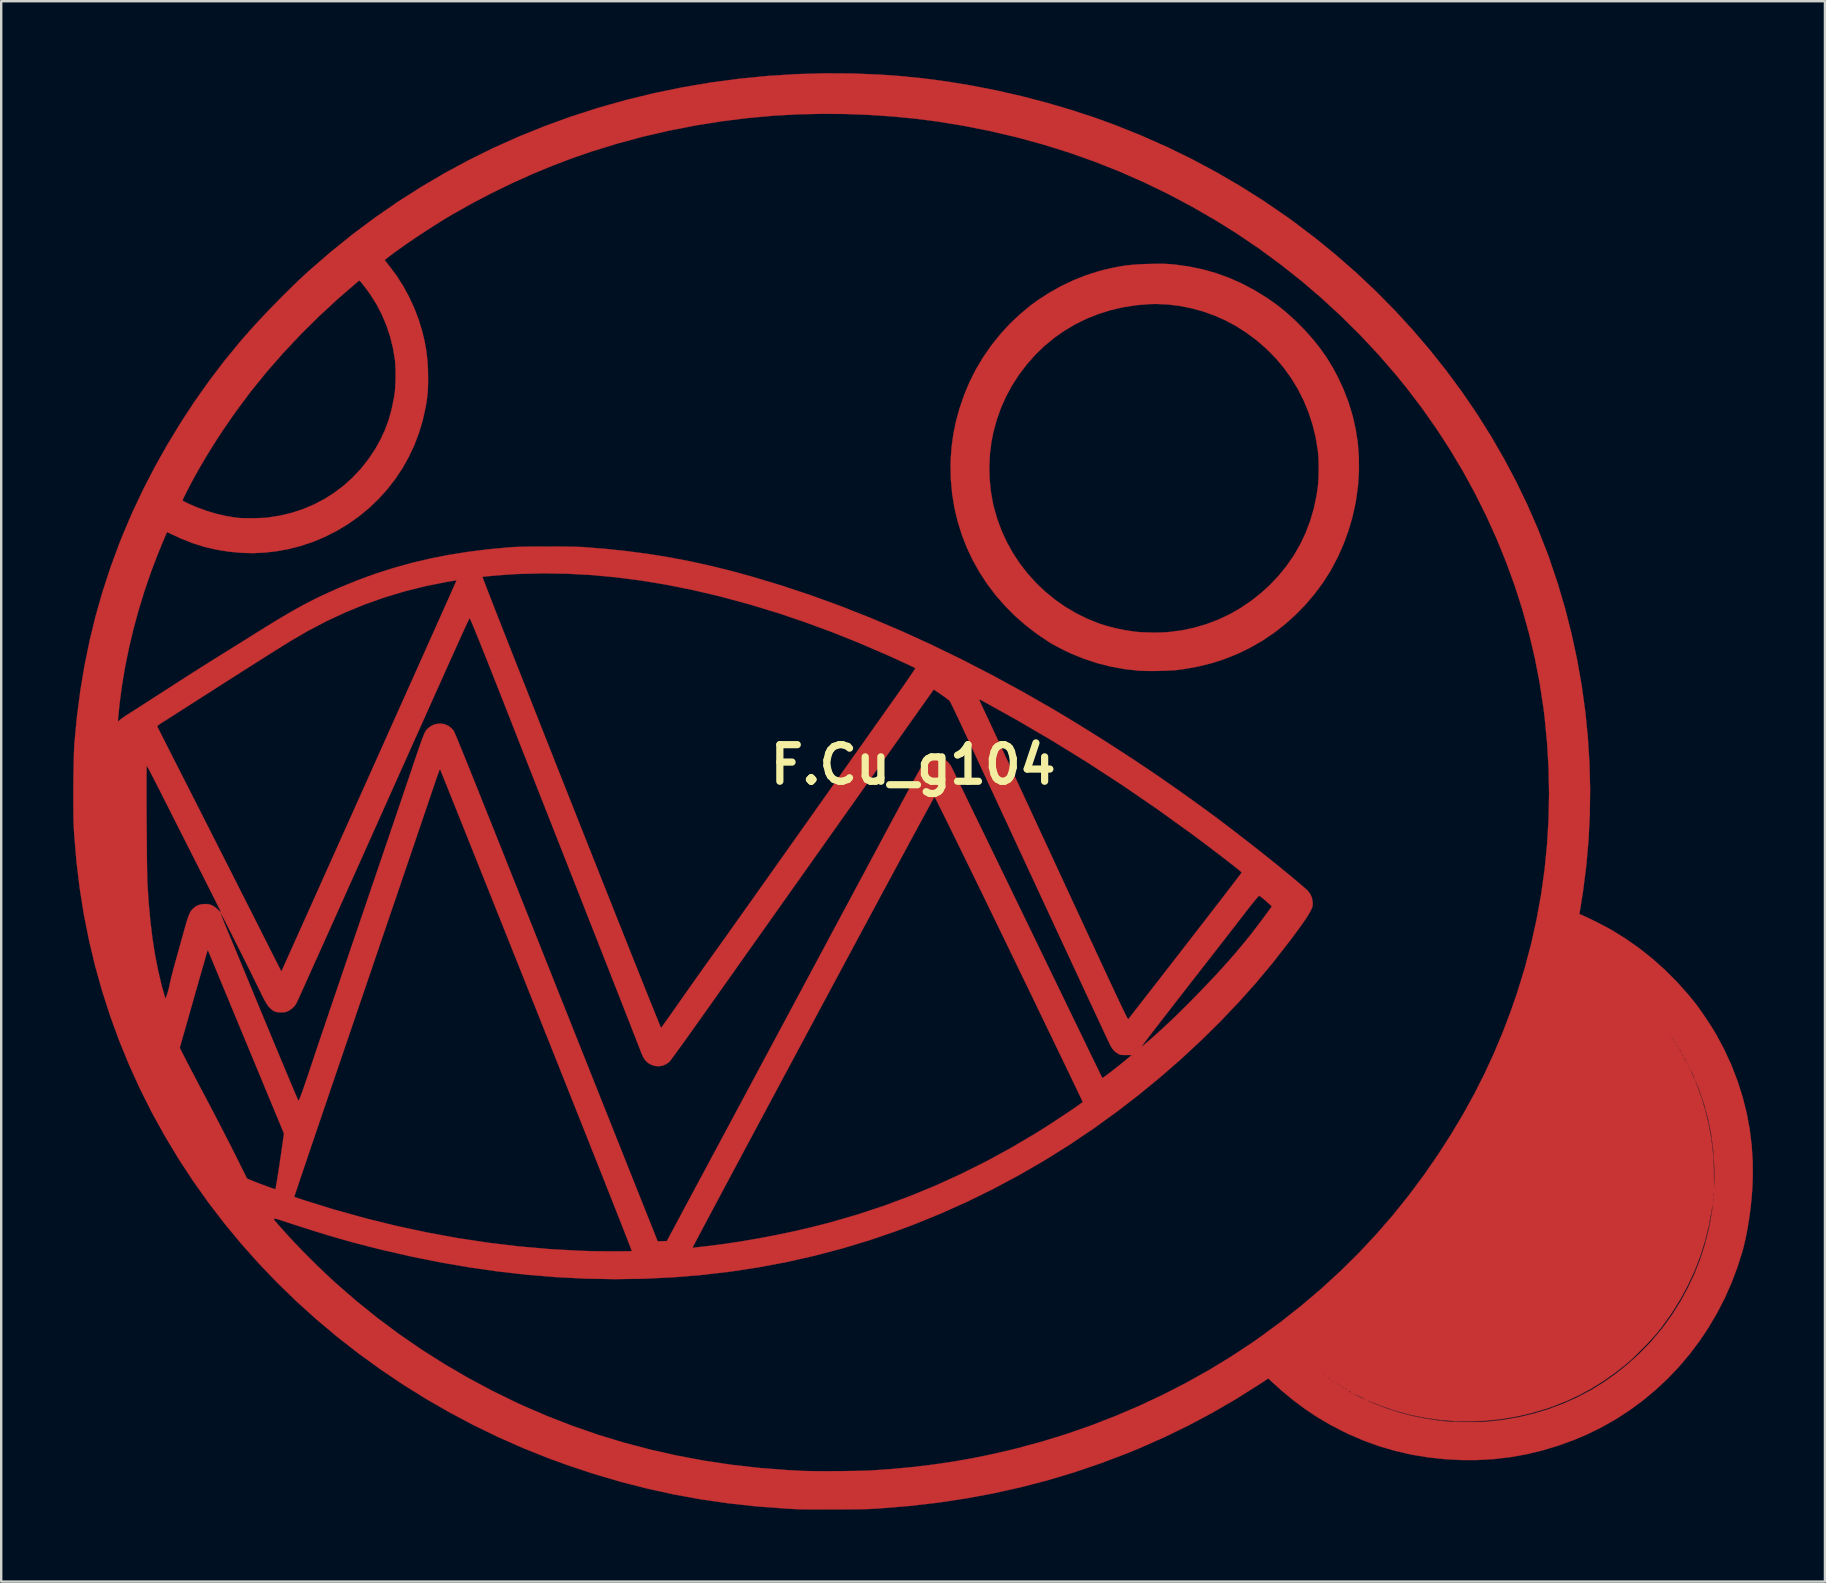
<source format=kicad_pcb>
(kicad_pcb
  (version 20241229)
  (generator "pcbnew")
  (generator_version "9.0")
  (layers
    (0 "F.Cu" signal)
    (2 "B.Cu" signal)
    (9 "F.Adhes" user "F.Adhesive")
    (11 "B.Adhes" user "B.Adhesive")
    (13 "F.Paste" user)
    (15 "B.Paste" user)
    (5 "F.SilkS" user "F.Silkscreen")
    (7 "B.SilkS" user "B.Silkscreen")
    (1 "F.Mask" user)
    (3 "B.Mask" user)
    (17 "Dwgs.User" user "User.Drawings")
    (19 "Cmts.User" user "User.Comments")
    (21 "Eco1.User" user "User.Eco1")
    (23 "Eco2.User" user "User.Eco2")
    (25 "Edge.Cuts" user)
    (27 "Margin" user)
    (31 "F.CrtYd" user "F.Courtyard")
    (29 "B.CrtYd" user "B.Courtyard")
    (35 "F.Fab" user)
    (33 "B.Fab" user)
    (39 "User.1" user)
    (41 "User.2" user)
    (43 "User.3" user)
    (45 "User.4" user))
  (footprint "F.Cu_g104"
    (layer "F.Cu")
    (at 34.991 28.808)
    (property "Reference" "F.Cu_g104" (at 0 0 0) (layer "F.SilkS") (effects (font (size 1.524 1.524) (thickness 0.3))))
    (attr through_hole)
    (fp_poly (pts (xy 10.447 -20.867) (xy 10.578 -20.862) (xy 10.701 -20.855) (xy 10.823 -20.845) (xy 10.88 -20.839) (xy 11.471 -20.759) (xy 12.046 -20.64) (xy 12.606 -20.483) (xy 13.153 -20.286) (xy 13.688 -20.05) (xy 14.214 -19.772) (xy 14.732 -19.454) (xy 14.753 -19.44) (xy 15.117 -19.185) (xy 15.462 -18.913) (xy 15.8 -18.616) (xy 15.999 -18.426) (xy 16.36 -18.058) (xy 16.683 -17.692) (xy 16.974 -17.323) (xy 17.238 -16.945) (xy 17.48 -16.55) (xy 17.679 -16.18) (xy 17.932 -15.639) (xy 18.143 -15.089) (xy 18.313 -14.532) (xy 18.44 -13.968) (xy 18.527 -13.396) (xy 18.571 -12.816) (xy 18.574 -12.23) (xy 18.536 -11.635) (xy 18.455 -11.034) (xy 18.424 -10.858) (xy 18.3 -10.302) (xy 18.136 -9.747) (xy 17.936 -9.2) (xy 17.701 -8.669) (xy 17.434 -8.159) (xy 17.364 -8.038) (xy 17.06 -7.564) (xy 16.72 -7.106) (xy 16.346 -6.668) (xy 15.943 -6.254) (xy 15.514 -5.868) (xy 15.063 -5.513) (xy 14.593 -5.193) (xy 14.526 -5.151) (xy 14.027 -4.866) (xy 13.516 -4.618) (xy 12.99 -4.408) (xy 12.447 -4.232) (xy 11.884 -4.092) (xy 11.298 -3.986) (xy 10.996 -3.945) (xy 10.877 -3.934) (xy 10.725 -3.925) (xy 10.548 -3.917) (xy 10.355 -3.911) (xy 10.155 -3.906) (xy 9.957 -3.904) (xy 9.769 -3.905) (xy 9.6 -3.908) (xy 9.459 -3.913) (xy 9.413 -3.916) (xy 8.819 -3.981) (xy 8.233 -4.087) (xy 7.655 -4.235) (xy 7.088 -4.424) (xy 6.585 -4.629) (xy 6.43 -4.701) (xy 6.261 -4.783) (xy 6.089 -4.871) (xy 5.926 -4.958) (xy 5.781 -5.038) (xy 5.683 -5.097) (xy 5.171 -5.439) (xy 4.69 -5.809) (xy 4.239 -6.204) (xy 3.821 -6.625) (xy 3.435 -7.068) (xy 3.084 -7.533) (xy 2.766 -8.019) (xy 2.484 -8.523) (xy 2.238 -9.044) (xy 2.028 -9.582) (xy 1.857 -10.133) (xy 1.723 -10.698) (xy 1.628 -11.274) (xy 1.574 -11.861) (xy 1.56 -12.438) (xy 3.174 -12.438) (xy 3.186 -11.927) (xy 3.234 -11.42) (xy 3.319 -10.926) (xy 3.358 -10.753) (xy 3.503 -10.242) (xy 3.686 -9.747) (xy 3.906 -9.27) (xy 4.16 -8.813) (xy 4.448 -8.377) (xy 4.768 -7.964) (xy 5.118 -7.576) (xy 5.496 -7.216) (xy 5.9 -6.884) (xy 6.33 -6.582) (xy 6.783 -6.314) (xy 7.258 -6.079) (xy 7.715 -5.894) (xy 8.077 -5.777) (xy 8.468 -5.677) (xy 8.875 -5.596) (xy 9.284 -5.537) (xy 9.423 -5.525) (xy 9.594 -5.516) (xy 9.786 -5.51) (xy 9.988 -5.507) (xy 10.19 -5.507) (xy 10.38 -5.511) (xy 10.548 -5.518) (xy 10.647 -5.526) (xy 11.184 -5.595) (xy 11.708 -5.705) (xy 12.219 -5.855) (xy 12.715 -6.044) (xy 13.196 -6.271) (xy 13.658 -6.536) (xy 14.102 -6.839) (xy 14.526 -7.178) (xy 14.856 -7.481) (xy 15.228 -7.873) (xy 15.564 -8.287) (xy 15.864 -8.722) (xy 16.127 -9.178) (xy 16.353 -9.654) (xy 16.541 -10.15) (xy 16.692 -10.664) (xy 16.805 -11.197) (xy 16.862 -11.579) (xy 16.878 -11.753) (xy 16.889 -11.957) (xy 16.896 -12.178) (xy 16.897 -12.407) (xy 16.892 -12.631) (xy 16.883 -12.84) (xy 16.869 -13.024) (xy 16.861 -13.092) (xy 16.771 -13.637) (xy 16.642 -14.167) (xy 16.474 -14.68) (xy 16.27 -15.174) (xy 16.03 -15.649) (xy 15.755 -16.102) (xy 15.445 -16.533) (xy 15.103 -16.939) (xy 14.728 -17.32) (xy 14.322 -17.673) (xy 13.886 -17.998) (xy 13.434 -18.286) (xy 12.999 -18.518) (xy 12.543 -18.718) (xy 12.072 -18.885) (xy 11.589 -19.017) (xy 11.101 -19.114) (xy 10.613 -19.173) (xy 10.129 -19.195) (xy 9.864 -19.189) (xy 9.311 -19.145) (xy 8.771 -19.062) (xy 8.244 -18.941) (xy 7.734 -18.782) (xy 7.241 -18.587) (xy 6.767 -18.355) (xy 6.314 -18.088) (xy 5.883 -17.787) (xy 5.476 -17.451) (xy 5.112 -17.1) (xy 4.75 -16.695) (xy 4.423 -16.266) (xy 4.131 -15.817) (xy 3.877 -15.348) (xy 3.659 -14.862) (xy 3.481 -14.36) (xy 3.342 -13.844) (xy 3.262 -13.441) (xy 3.2 -12.945) (xy 3.174 -12.438) (xy 1.56 -12.438) (xy 1.56 -12.456) (xy 1.568 -12.746) (xy 1.608 -13.276) (xy 1.681 -13.796) (xy 1.788 -14.312) (xy 1.93 -14.83) (xy 2.11 -15.359) (xy 2.132 -15.42) (xy 2.357 -15.956) (xy 2.62 -16.476) (xy 2.92 -16.978) (xy 3.254 -17.46) (xy 3.62 -17.919) (xy 4.016 -18.352) (xy 4.441 -18.756) (xy 4.893 -19.13) (xy 5.175 -19.338) (xy 5.656 -19.652) (xy 6.158 -19.934) (xy 6.677 -20.181) (xy 7.208 -20.392) (xy 7.747 -20.563) (xy 7.988 -20.626) (xy 8.278 -20.693) (xy 8.55 -20.747) (xy 8.814 -20.789) (xy 9.081 -20.821) (xy 9.362 -20.843) (xy 9.666 -20.857) (xy 9.917 -20.864) (xy 10.124 -20.867) (xy 10.298 -20.868) (xy 10.447 -20.867)) (stroke (width 0.01) (type solid)) (fill yes) (layer "F.Cu"))
    (fp_poly (pts (xy -2.532 -28.797) (xy -1.355 -28.748) (xy -0.54 -28.69) (xy 0.46 -28.589) (xy 1.475 -28.453) (xy 2.499 -28.282) (xy 3.526 -28.079) (xy 4.549 -27.844) (xy 5.564 -27.579) (xy 6.563 -27.286) (xy 7.542 -26.966) (xy 8.445 -26.637) (xy 9.527 -26.202) (xy 10.589 -25.73) (xy 11.629 -25.222) (xy 12.648 -24.676) (xy 13.646 -24.095) (xy 14.621 -23.477) (xy 15.575 -22.823) (xy 15.881 -22.602) (xy 16.776 -21.923) (xy 17.642 -21.215) (xy 18.481 -20.478) (xy 19.291 -19.714) (xy 20.07 -18.924) (xy 20.818 -18.109) (xy 21.535 -17.27) (xy 22.219 -16.408) (xy 22.87 -15.525) (xy 23.487 -14.621) (xy 24.068 -13.698) (xy 24.613 -12.757) (xy 25.122 -11.798) (xy 25.592 -10.823) (xy 26.024 -9.834) (xy 26.417 -8.831) (xy 26.511 -8.572) (xy 26.858 -7.541) (xy 27.166 -6.497) (xy 27.434 -5.443) (xy 27.663 -4.38) (xy 27.852 -3.311) (xy 28.001 -2.237) (xy 28.109 -1.159) (xy 28.177 -0.079) (xy 28.205 1) (xy 28.192 2.078) (xy 28.138 3.153) (xy 28.044 4.222) (xy 27.908 5.285) (xy 27.837 5.739) (xy 27.757 6.221) (xy 27.939 6.299) (xy 28.07 6.358) (xy 28.229 6.433) (xy 28.405 6.52) (xy 28.588 6.612) (xy 28.77 6.707) (xy 28.939 6.798) (xy 29.088 6.88) (xy 29.098 6.886) (xy 29.679 7.244) (xy 30.242 7.639) (xy 30.786 8.07) (xy 31.308 8.535) (xy 31.806 9.032) (xy 32.279 9.559) (xy 32.593 9.945) (xy 32.681 10.062) (xy 32.785 10.207) (xy 32.9 10.372) (xy 33.02 10.549) (xy 33.139 10.73) (xy 33.253 10.905) (xy 33.355 11.068) (xy 33.441 11.21) (xy 33.47 11.261) (xy 33.803 11.889) (xy 34.095 12.526) (xy 34.345 13.174) (xy 34.555 13.83) (xy 34.723 14.495) (xy 34.85 15.168) (xy 34.935 15.85) (xy 34.979 16.54) (xy 34.982 17.166) (xy 34.966 17.586) (xy 34.935 18.019) (xy 34.89 18.458) (xy 34.833 18.892) (xy 34.765 19.314) (xy 34.687 19.716) (xy 34.599 20.089) (xy 34.553 20.26) (xy 34.34 20.938) (xy 34.091 21.597) (xy 33.806 22.237) (xy 33.487 22.856) (xy 33.136 23.453) (xy 32.752 24.026) (xy 32.338 24.574) (xy 31.894 25.096) (xy 31.422 25.591) (xy 30.922 26.057) (xy 30.397 26.493) (xy 29.847 26.897) (xy 29.274 27.269) (xy 28.678 27.606) (xy 28.06 27.908) (xy 27.554 28.123) (xy 26.883 28.367) (xy 26.214 28.57) (xy 25.542 28.731) (xy 24.868 28.851) (xy 24.188 28.93) (xy 23.5 28.969) (xy 22.881 28.97) (xy 22.161 28.933) (xy 21.457 28.858) (xy 20.769 28.744) (xy 20.095 28.59) (xy 19.436 28.398) (xy 18.789 28.165) (xy 18.154 27.893) (xy 17.918 27.78) (xy 17.358 27.488) (xy 16.826 27.173) (xy 16.315 26.832) (xy 15.855 26.488) (xy 18.928 26.488) (xy 18.943 26.499) (xy 18.991 26.523) (xy 19.066 26.556) (xy 19.162 26.597) (xy 19.272 26.643) (xy 19.391 26.691) (xy 19.511 26.738) (xy 19.627 26.782) (xy 19.644 26.789) (xy 20.169 26.964) (xy 20.72 27.113) (xy 21.289 27.232) (xy 21.867 27.32) (xy 22.213 27.358) (xy 22.352 27.368) (xy 22.525 27.375) (xy 22.722 27.381) (xy 22.933 27.385) (xy 23.149 27.387) (xy 23.362 27.386) (xy 23.562 27.383) (xy 23.74 27.378) (xy 23.886 27.37) (xy 23.91 27.368) (xy 24.571 27.296) (xy 25.221 27.184) (xy 25.859 27.033) (xy 26.482 26.844) (xy 27.089 26.617) (xy 27.677 26.353) (xy 28.245 26.053) (xy 28.261 26.044) (xy 28.776 25.725) (xy 29.279 25.369) (xy 29.766 24.979) (xy 30.23 24.56) (xy 30.668 24.115) (xy 30.846 23.918) (xy 31.252 23.425) (xy 31.627 22.904) (xy 31.97 22.359) (xy 32.278 21.794) (xy 32.551 21.211) (xy 32.787 20.613) (xy 32.984 20.003) (xy 33.141 19.385) (xy 33.157 19.312) (xy 33.181 19.193) (xy 33.206 19.058) (xy 33.231 18.914) (xy 33.255 18.771) (xy 33.276 18.634) (xy 33.294 18.512) (xy 33.307 18.412) (xy 33.314 18.343) (xy 33.314 18.32) (xy 33.311 18.317) (xy 33.303 18.352) (xy 33.29 18.417) (xy 33.275 18.508) (xy 33.263 18.584) (xy 33.144 19.234) (xy 32.984 19.873) (xy 32.784 20.5) (xy 32.545 21.114) (xy 32.266 21.712) (xy 31.95 22.294) (xy 31.596 22.858) (xy 31.206 23.403) (xy 30.99 23.675) (xy 30.89 23.792) (xy 30.766 23.93) (xy 30.625 24.082) (xy 30.471 24.242) (xy 30.312 24.403) (xy 30.155 24.56) (xy 30.004 24.704) (xy 29.868 24.831) (xy 29.751 24.934) (xy 29.729 24.953) (xy 29.24 25.338) (xy 28.75 25.683) (xy 28.254 25.992) (xy 27.747 26.267) (xy 27.223 26.511) (xy 26.678 26.727) (xy 26.391 26.827) (xy 25.77 27.012) (xy 25.139 27.158) (xy 24.503 27.264) (xy 23.863 27.331) (xy 23.222 27.359) (xy 22.582 27.348) (xy 21.946 27.298) (xy 21.316 27.208) (xy 20.695 27.08) (xy 20.085 26.913) (xy 19.488 26.708) (xy 19.178 26.583) (xy 19.086 26.545) (xy 19.008 26.514) (xy 18.953 26.494) (xy 18.929 26.488) (xy 18.928 26.488) (xy 15.855 26.488) (xy 15.829 26.469) (xy 18.881 26.469) (xy 18.891 26.48) (xy 18.902 26.469) (xy 18.891 26.458) (xy 18.881 26.469) (xy 15.829 26.469) (xy 15.818 26.461) (xy 15.803 26.448) (xy 18.838 26.448) (xy 18.849 26.458) (xy 18.86 26.448) (xy 18.849 26.437) (xy 18.838 26.448) (xy 15.803 26.448) (xy 15.523 26.215) (xy 18.373 26.215) (xy 18.39 26.228) (xy 18.437 26.254) (xy 18.503 26.29) (xy 18.579 26.33) (xy 18.657 26.369) (xy 18.727 26.403) (xy 18.779 26.427) (xy 18.805 26.436) (xy 18.817 26.431) (xy 18.815 26.429) (xy 18.791 26.414) (xy 18.74 26.387) (xy 18.671 26.352) (xy 18.593 26.314) (xy 18.515 26.277) (xy 18.447 26.245) (xy 18.397 26.223) (xy 18.373 26.214) (xy 18.373 26.215) (xy 15.523 26.215) (xy 15.499 26.194) (xy 18.33 26.194) (xy 18.341 26.204) (xy 18.352 26.194) (xy 18.341 26.183) (xy 18.33 26.194) (xy 15.499 26.194) (xy 15.473 26.173) (xy 18.288 26.173) (xy 18.299 26.183) (xy 18.309 26.173) (xy 18.299 26.162) (xy 18.288 26.173) (xy 15.473 26.173) (xy 15.373 26.089) (xy 18.141 26.089) (xy 18.163 26.108) (xy 18.198 26.129) (xy 18.243 26.153) (xy 18.262 26.16) (xy 18.267 26.155) (xy 18.267 26.152) (xy 18.25 26.137) (xy 18.209 26.112) (xy 18.203 26.109) (xy 18.155 26.088) (xy 18.141 26.089) (xy 15.373 26.089) (xy 15.346 26.067) (xy 18.098 26.067) (xy 18.108 26.077) (xy 18.119 26.067) (xy 18.108 26.056) (xy 18.098 26.067) (xy 15.346 26.067) (xy 15.33 26.053) (xy 15.293 26.02) (xy 18.037 26.02) (xy 18.043 26.032) (xy 18.064 26.054) (xy 18.076 26.05) (xy 18.076 26.047) (xy 18.061 26.029) (xy 18.052 26.022) (xy 18.037 26.02) (xy 15.293 26.02) (xy 15.275 26.003) (xy 17.992 26.003) (xy 18.002 26.014) (xy 18.013 26.003) (xy 18.002 25.993) (xy 17.992 26.003) (xy 15.275 26.003) (xy 15.199 25.935) (xy 17.89 25.935) (xy 17.894 25.942) (xy 17.916 25.96) (xy 17.954 25.988) (xy 17.969 25.99) (xy 17.971 25.983) (xy 17.954 25.967) (xy 17.923 25.95) (xy 17.89 25.935) (xy 15.199 25.935) (xy 15.152 25.893) (xy 17.826 25.893) (xy 17.831 25.905) (xy 17.852 25.927) (xy 17.864 25.923) (xy 17.865 25.92) (xy 17.85 25.902) (xy 17.84 25.895) (xy 17.826 25.893) (xy 15.152 25.893) (xy 15.133 25.876) (xy 17.78 25.876) (xy 17.791 25.887) (xy 17.801 25.876) (xy 17.791 25.866) (xy 17.78 25.876) (xy 15.133 25.876) (xy 15.081 25.829) (xy 17.72 25.829) (xy 17.725 25.841) (xy 17.746 25.864) (xy 17.759 25.859) (xy 17.759 25.856) (xy 17.744 25.838) (xy 17.734 25.832) (xy 17.72 25.829) (xy 15.081 25.829) (xy 15.067 25.816) (xy 15.035 25.787) (xy 17.656 25.787) (xy 17.662 25.799) (xy 17.683 25.822) (xy 17.695 25.817) (xy 17.695 25.814) (xy 17.68 25.796) (xy 17.671 25.79) (xy 17.656 25.787) (xy 15.035 25.787) (xy 15.017 25.77) (xy 17.611 25.77) (xy 17.621 25.781) (xy 17.632 25.77) (xy 17.621 25.76) (xy 17.611 25.77) (xy 15.017 25.77) (xy 14.971 25.728) (xy 17.547 25.728) (xy 17.558 25.739) (xy 17.568 25.728) (xy 17.558 25.718) (xy 17.547 25.728) (xy 14.971 25.728) (xy 14.925 25.686) (xy 17.484 25.686) (xy 17.494 25.696) (xy 17.505 25.686) (xy 17.494 25.675) (xy 17.484 25.686) (xy 14.925 25.686) (xy 14.88 25.643) (xy 17.42 25.643) (xy 17.431 25.654) (xy 17.441 25.643) (xy 17.431 25.633) (xy 17.42 25.643) (xy 14.88 25.643) (xy 14.834 25.601) (xy 17.357 25.601) (xy 17.367 25.612) (xy 17.378 25.601) (xy 17.367 25.59) (xy 17.357 25.601) (xy 14.834 25.601) (xy 14.799 25.569) (xy 14.4 25.83) (xy 13.442 26.433) (xy 12.468 26.998) (xy 11.477 27.526) (xy 10.464 28.018) (xy 9.428 28.477) (xy 8.879 28.702) (xy 7.799 29.111) (xy 6.706 29.482) (xy 5.599 29.813) (xy 4.478 30.104) (xy 3.342 30.357) (xy 2.191 30.571) (xy 1.024 30.746) (xy -0.16 30.883) (xy -1.361 30.981) (xy -1.831 31.009) (xy -1.911 31.012) (xy -2.027 31.015) (xy -2.173 31.017) (xy -2.346 31.02) (xy -2.54 31.022) (xy -2.751 31.023) (xy -2.974 31.025) (xy -3.204 31.026) (xy -3.437 31.026) (xy -3.667 31.027) (xy -3.891 31.027) (xy -4.103 31.026) (xy -4.298 31.025) (xy -4.473 31.024) (xy -4.621 31.022) (xy -4.739 31.02) (xy -4.821 31.018) (xy -4.847 31.017) (xy -4.899 31.013) (xy -4.984 31.008) (xy -5.094 31.002) (xy -5.22 30.994) (xy -5.345 30.987) (xy -6.515 30.901) (xy -7.671 30.775) (xy -8.815 30.61) (xy -9.948 30.405) (xy -11.073 30.159) (xy -12.191 29.873) (xy -13.304 29.545) (xy -14.414 29.176) (xy -15.187 28.894) (xy -16.242 28.473) (xy -17.28 28.014) (xy -18.302 27.519) (xy -19.304 26.988) (xy -20.287 26.423) (xy -21.248 25.824) (xy -22.186 25.193) (xy -23.101 24.53) (xy -23.989 23.837) (xy -24.851 23.114) (xy -25.685 22.362) (xy -26.488 21.583) (xy -27.261 20.777) (xy -28.001 19.946) (xy -28.68 19.124) (xy -29.363 18.234) (xy -29.528 18.001) (xy -25.781 18.001) (xy -25.762 18.01) (xy -25.708 18.03) (xy -25.627 18.059) (xy -25.523 18.094) (xy -25.404 18.134) (xy -25.384 18.141) (xy -24.107 18.537) (xy -22.827 18.893) (xy -21.545 19.21) (xy -20.263 19.485) (xy -18.98 19.721) (xy -17.7 19.915) (xy -16.423 20.068) (xy -15.149 20.18) (xy -13.881 20.25) (xy -13.494 20.263) (xy -13.375 20.266) (xy -13.235 20.269) (xy -13.079 20.27) (xy -12.91 20.272) (xy -12.736 20.273) (xy -12.56 20.273) (xy -12.388 20.273) (xy -12.225 20.273) (xy -12.076 20.272) (xy -11.947 20.27) (xy -11.842 20.268) (xy -11.767 20.266) (xy -11.726 20.263) (xy -11.72 20.262) (xy -11.726 20.242) (xy -11.746 20.187) (xy -11.771 20.12) (xy -9.181 20.12) (xy -9.158 20.126) (xy -9.12 20.121) (xy -9.077 20.115) (xy -8.999 20.105) (xy -8.896 20.093) (xy -8.775 20.079) (xy -8.657 20.065) (xy -7.958 19.978) (xy -7.232 19.871) (xy -6.489 19.745) (xy -5.739 19.603) (xy -4.992 19.446) (xy -4.258 19.276) (xy -3.545 19.095) (xy -3.419 19.061) (xy -2.308 18.738) (xy -1.208 18.375) (xy -0.122 17.971) (xy 0.953 17.527) (xy 2.013 17.043) (xy 3.06 16.519) (xy 4.093 15.956) (xy 5.111 15.354) (xy 5.355 15.202) (xy 5.494 15.115) (xy 5.65 15.014) (xy 5.82 14.904) (xy 5.996 14.788) (xy 6.175 14.67) (xy 6.349 14.554) (xy 6.513 14.444) (xy 6.663 14.343) (xy 6.792 14.254) (xy 6.894 14.182) (xy 6.947 14.144) (xy 7.068 14.054) (xy 6.997 13.901) (xy 6.977 13.857) (xy 6.939 13.778) (xy 6.887 13.668) (xy 6.821 13.53) (xy 6.743 13.368) (xy 6.655 13.184) (xy 6.558 12.982) (xy 6.454 12.766) (xy 6.345 12.539) (xy 6.239 12.319) (xy 5.972 11.764) (xy 5.705 11.209) (xy 5.438 10.657) (xy 5.173 10.108) (xy 4.911 9.564) (xy 4.651 9.026) (xy 4.394 8.495) (xy 4.142 7.974) (xy 3.894 7.462) (xy 3.651 6.961) (xy 3.415 6.474) (xy 3.184 6) (xy 2.962 5.541) (xy 2.747 5.099) (xy 2.54 4.675) (xy 2.343 4.27) (xy 2.155 3.886) (xy 1.978 3.523) (xy 1.812 3.184) (xy 1.657 2.869) (xy 1.515 2.579) (xy 1.386 2.317) (xy 1.27 2.083) (xy 1.169 1.879) (xy 1.082 1.706) (xy 1.011 1.565) (xy 0.956 1.458) (xy 0.918 1.385) (xy 0.898 1.349) (xy 0.894 1.345) (xy 0.89 1.348) (xy 0.883 1.357) (xy 0.871 1.375) (xy 0.855 1.403) (xy 0.832 1.442) (xy 0.802 1.495) (xy 0.764 1.563) (xy 0.717 1.649) (xy 0.66 1.753) (xy 0.592 1.877) (xy 0.512 2.024) (xy 0.419 2.195) (xy 0.312 2.392) (xy 0.191 2.616) (xy 0.054 2.869) (xy -0.1 3.153) (xy -0.271 3.471) (xy -0.461 3.822) (xy -0.581 4.043) (xy -0.726 4.312) (xy -0.885 4.606) (xy -1.055 4.923) (xy -1.238 5.262) (xy -1.431 5.621) (xy -1.634 5.999) (xy -1.847 6.394) (xy -2.068 6.805) (xy -2.297 7.231) (xy -2.532 7.67) (xy -2.774 8.12) (xy -3.021 8.581) (xy -3.273 9.05) (xy -3.529 9.527) (xy -3.788 10.009) (xy -4.049 10.496) (xy -4.312 10.986) (xy -4.575 11.478) (xy -4.839 11.969) (xy -5.101 12.46) (xy -5.363 12.947) (xy -5.621 13.431) (xy -5.877 13.908) (xy -6.129 14.379) (xy -6.377 14.841) (xy -6.619 15.294) (xy -6.855 15.735) (xy -7.084 16.163) (xy -7.305 16.577) (xy -7.518 16.975) (xy -7.721 17.356) (xy -7.915 17.718) (xy -8.098 18.061) (xy -8.269 18.382) (xy -8.428 18.68) (xy -8.574 18.954) (xy -8.706 19.202) (xy -8.824 19.423) (xy -8.926 19.616) (xy -9.012 19.778) (xy -9.081 19.909) (xy -9.132 20.007) (xy -9.165 20.07) (xy -9.179 20.098) (xy -9.179 20.098) (xy -9.181 20.12) (xy -11.771 20.12) (xy -11.78 20.096) (xy -11.828 19.969) (xy -11.891 19.807) (xy -11.969 19.609) (xy -12.061 19.374) (xy -12.167 19.103) (xy -12.288 18.795) (xy -12.425 18.45) (xy -12.575 18.068) (xy -12.741 17.648) (xy -12.922 17.191) (xy -13.118 16.697) (xy -13.33 16.164) (xy -13.556 15.593) (xy -13.798 14.984) (xy -14.056 14.337) (xy -14.329 13.65) (xy -14.617 12.925) (xy -14.799 12.467) (xy -14.925 12.152) (xy -15.059 11.816) (xy -15.2 11.46) (xy -15.349 11.088) (xy -15.504 10.699) (xy -15.664 10.296) (xy -15.83 9.881) (xy -16 9.456) (xy -16.173 9.021) (xy -16.349 8.579) (xy -16.528 8.132) (xy -16.708 7.681) (xy -16.889 7.228) (xy -17.07 6.775) (xy -17.25 6.323) (xy -17.43 5.874) (xy -17.607 5.43) (xy -17.782 4.992) (xy -17.954 4.563) (xy -18.121 4.144) (xy -18.284 3.736) (xy -18.442 3.342) (xy -18.593 2.963) (xy -18.738 2.601) (xy -18.876 2.258) (xy -19.005 1.934) (xy -19.126 1.633) (xy -19.237 1.355) (xy -19.338 1.103) (xy -19.428 0.878) (xy -19.507 0.682) (xy -19.574 0.517) (xy -19.627 0.383) (xy -19.668 0.284) (xy -19.693 0.221) (xy -19.704 0.195) (xy -19.705 0.194) (xy -19.707 0.19) (xy -19.71 0.187) (xy -19.713 0.189) (xy -19.719 0.196) (xy -19.726 0.211) (xy -19.737 0.236) (xy -19.751 0.273) (xy -19.77 0.323) (xy -19.794 0.39) (xy -19.824 0.474) (xy -19.86 0.579) (xy -19.903 0.705) (xy -19.955 0.854) (xy -20.015 1.03) (xy -20.084 1.234) (xy -20.163 1.467) (xy -20.253 1.732) (xy -20.355 2.031) (xy -20.468 2.366) (xy -20.594 2.739) (xy -20.613 2.794) (xy -20.677 2.983) (xy -20.754 3.21) (xy -20.843 3.471) (xy -20.942 3.764) (xy -21.052 4.086) (xy -21.17 4.434) (xy -21.297 4.806) (xy -21.431 5.199) (xy -21.57 5.61) (xy -21.716 6.036) (xy -21.865 6.474) (xy -22.018 6.923) (xy -22.173 7.378) (xy -22.33 7.838) (xy -22.487 8.299) (xy -22.644 8.76) (xy -22.796 9.207) (xy -23.07 10.011) (xy -23.331 10.777) (xy -23.579 11.504) (xy -23.814 12.194) (xy -24.036 12.846) (xy -24.245 13.459) (xy -24.441 14.035) (xy -24.623 14.571) (xy -24.793 15.07) (xy -24.949 15.529) (xy -25.092 15.95) (xy -25.221 16.332) (xy -25.337 16.675) (xy -25.44 16.979) (xy -25.53 17.243) (xy -25.605 17.469) (xy -25.668 17.654) (xy -25.716 17.801) (xy -25.752 17.907) (xy -25.773 17.974) (xy -25.781 18.001) (xy -25.781 18.001) (xy -29.528 18.001) (xy -30.008 17.325) (xy -30.615 16.397) (xy -31.183 15.452) (xy -31.714 14.49) (xy -32.205 13.511) (xy -32.658 12.517) (xy -32.954 11.795) (xy -30.553 11.795) (xy -30.337 12.221) (xy -30.289 12.314) (xy -30.224 12.44) (xy -30.144 12.595) (xy -30.05 12.774) (xy -29.946 12.972) (xy -29.834 13.185) (xy -29.716 13.409) (xy -29.595 13.639) (xy -29.472 13.871) (xy -29.431 13.949) (xy -29.297 14.203) (xy -29.155 14.474) (xy -29.008 14.756) (xy -28.86 15.041) (xy -28.715 15.323) (xy -28.576 15.594) (xy -28.446 15.848) (xy -28.33 16.077) (xy -28.245 16.247) (xy -27.749 17.243) (xy -27.479 17.353) (xy -27.375 17.395) (xy -27.257 17.441) (xy -27.131 17.489) (xy -27.004 17.536) (xy -26.883 17.58) (xy -26.773 17.62) (xy -26.68 17.652) (xy -26.612 17.675) (xy -26.574 17.685) (xy -26.568 17.685) (xy -26.563 17.664) (xy -26.552 17.607) (xy -26.536 17.522) (xy -26.517 17.415) (xy -26.498 17.301) (xy -26.479 17.188) (xy -26.456 17.041) (xy -26.429 16.869) (xy -26.401 16.679) (xy -26.371 16.48) (xy -26.341 16.279) (xy -26.322 16.144) (xy -26.21 15.366) (xy -26.893 13.721) (xy -27.003 13.454) (xy -27.128 13.154) (xy -27.263 12.827) (xy -27.408 12.478) (xy -27.558 12.115) (xy -27.713 11.743) (xy -27.868 11.368) (xy -28.023 10.996) (xy -28.173 10.633) (xy -28.318 10.285) (xy -28.444 9.98) (xy -28.562 9.695) (xy -28.676 9.42) (xy -28.785 9.158) (xy -28.887 8.911) (xy -28.982 8.682) (xy -29.069 8.473) (xy -29.146 8.287) (xy -29.213 8.127) (xy -29.267 7.996) (xy -29.309 7.896) (xy -29.336 7.829) (xy -29.349 7.8) (xy -29.372 7.75) (xy -29.386 7.735) (xy -29.398 7.751) (xy -29.4 7.758) (xy -29.408 7.784) (xy -29.427 7.847) (xy -29.456 7.946) (xy -29.493 8.078) (xy -29.539 8.238) (xy -29.593 8.425) (xy -29.653 8.636) (xy -29.72 8.868) (xy -29.791 9.118) (xy -29.866 9.383) (xy -29.945 9.66) (xy -29.984 9.797) (xy -30.553 11.795) (xy -32.954 11.795) (xy -33.072 11.507) (xy -33.446 10.482) (xy -33.781 9.443) (xy -34.076 8.39) (xy -34.331 7.324) (xy -34.546 6.246) (xy -34.72 5.156) (xy -34.854 4.055) (xy -34.947 2.943) (xy -34.969 2.572) (xy -34.975 2.422) (xy -34.98 2.237) (xy -34.983 2.023) (xy -34.985 1.784) (xy -34.986 1.527) (xy -34.986 1.257) (xy -34.985 0.979) (xy -34.984 0.896) (xy -31.938 0.896) (xy -31.938 1.123) (xy -31.937 1.367) (xy -31.937 1.625) (xy -31.936 1.892) (xy -31.934 2.167) (xy -31.933 2.446) (xy -31.931 2.725) (xy -31.929 3.002) (xy -31.927 3.273) (xy -31.924 3.535) (xy -31.921 3.785) (xy -31.919 4.02) (xy -31.916 4.236) (xy -31.913 4.43) (xy -31.909 4.6) (xy -31.906 4.741) (xy -31.903 4.851) (xy -31.901 4.9) (xy -31.851 5.709) (xy -31.781 6.482) (xy -31.692 7.218) (xy -31.583 7.917) (xy -31.453 8.58) (xy -31.305 9.205) (xy -31.195 9.599) (xy -31.151 9.747) (xy -31.123 9.684) (xy -31.102 9.63) (xy -31.076 9.554) (xy -31.052 9.481) (xy -31.031 9.403) (xy -31.004 9.298) (xy -30.977 9.18) (xy -30.956 9.08) (xy -30.936 8.991) (xy -30.907 8.87) (xy -30.87 8.724) (xy -30.828 8.561) (xy -30.782 8.389) (xy -30.734 8.216) (xy -30.725 8.182) (xy -30.671 7.989) (xy -30.612 7.777) (xy -30.551 7.558) (xy -30.492 7.344) (xy -30.438 7.149) (xy -30.398 7.006) (xy -30.337 6.788) (xy -30.285 6.606) (xy -30.239 6.457) (xy -30.198 6.336) (xy -30.161 6.24) (xy -30.144 6.203) (xy -28.837 6.203) (xy -28.837 6.221) (xy -28.821 6.273) (xy -28.789 6.36) (xy -28.742 6.48) (xy -28.704 6.574) (xy -28.654 6.697) (xy -28.605 6.815) (xy -28.563 6.918) (xy -28.529 6.997) (xy -28.512 7.038) (xy -28.497 7.073) (xy -28.467 7.143) (xy -28.424 7.248) (xy -28.368 7.382) (xy -28.3 7.544) (xy -28.223 7.731) (xy -28.137 7.939) (xy -28.043 8.166) (xy -27.942 8.409) (xy -27.836 8.665) (xy -27.726 8.931) (xy -27.704 8.985) (xy -27.484 9.518) (xy -27.274 10.025) (xy -27.075 10.506) (xy -26.886 10.96) (xy -26.71 11.385) (xy -26.545 11.782) (xy -26.392 12.148) (xy -26.252 12.484) (xy -26.124 12.789) (xy -26.01 13.061) (xy -25.91 13.301) (xy -25.823 13.506) (xy -25.75 13.676) (xy -25.693 13.81) (xy -25.65 13.908) (xy -25.622 13.969) (xy -25.61 13.991) (xy -25.61 13.991) (xy -25.597 13.982) (xy -25.579 13.954) (xy -25.556 13.904) (xy -25.525 13.83) (xy -25.487 13.73) (xy -25.44 13.601) (xy -25.384 13.441) (xy -25.318 13.249) (xy -25.24 13.021) (xy -25.151 12.756) (xy -25.128 12.686) (xy -25.077 12.535) (xy -25.025 12.379) (xy -24.971 12.217) (xy -24.914 12.048) (xy -24.854 11.87) (xy -24.791 11.68) (xy -24.723 11.479) (xy -24.65 11.263) (xy -24.572 11.033) (xy -24.488 10.785) (xy -24.397 10.518) (xy -24.3 10.231) (xy -24.196 9.923) (xy -24.083 9.591) (xy -23.962 9.235) (xy -23.832 8.852) (xy -23.692 8.441) (xy -23.542 8) (xy -23.382 7.528) (xy -23.21 7.024) (xy -23.026 6.485) (xy -22.831 5.911) (xy -22.623 5.299) (xy -22.472 4.858) (xy -22.34 4.467) (xy -22.206 4.075) (xy -22.073 3.684) (xy -21.941 3.296) (xy -21.812 2.916) (xy -21.686 2.546) (xy -21.565 2.19) (xy -21.45 1.85) (xy -21.341 1.53) (xy -21.24 1.232) (xy -21.148 0.96) (xy -21.066 0.716) (xy -20.994 0.505) (xy -20.934 0.329) (xy -20.902 0.233) (xy -20.804 -0.058) (xy -20.719 -0.311) (xy -20.644 -0.53) (xy -20.58 -0.717) (xy -20.524 -0.875) (xy -20.477 -1.008) (xy -20.436 -1.117) (xy -20.401 -1.207) (xy -20.37 -1.279) (xy -20.343 -1.336) (xy -20.318 -1.382) (xy -20.295 -1.419) (xy -20.272 -1.45) (xy -20.247 -1.478) (xy -20.24 -1.486) (xy -20.113 -1.594) (xy -19.97 -1.667) (xy -19.817 -1.706) (xy -19.662 -1.711) (xy -19.509 -1.683) (xy -19.367 -1.622) (xy -19.24 -1.528) (xy -19.142 -1.413) (xy -19.133 -1.397) (xy -19.12 -1.369) (xy -19.101 -1.329) (xy -19.077 -1.274) (xy -19.047 -1.204) (xy -19.011 -1.119) (xy -18.969 -1.017) (xy -18.92 -0.898) (xy -18.863 -0.761) (xy -18.8 -0.605) (xy -18.728 -0.428) (xy -18.648 -0.232) (xy -18.56 -0.013) (xy -18.463 0.228) (xy -18.357 0.492) (xy -18.241 0.78) (xy -18.116 1.093) (xy -17.98 1.432) (xy -17.834 1.798) (xy -17.676 2.191) (xy -17.508 2.613) (xy -17.328 3.063) (xy -17.136 3.544) (xy -16.932 4.056) (xy -16.716 4.599) (xy -16.486 5.175) (xy -16.244 5.785) (xy -15.987 6.429) (xy -15.717 7.108) (xy -15.433 7.822) (xy -15.134 8.574) (xy -14.82 9.364) (xy -14.503 10.16) (xy -14.303 10.662) (xy -14.102 11.167) (xy -13.902 11.671) (xy -13.702 12.173) (xy -13.504 12.671) (xy -13.309 13.162) (xy -13.117 13.643) (xy -12.93 14.114) (xy -12.748 14.57) (xy -12.573 15.011) (xy -12.405 15.433) (xy -12.245 15.835) (xy -12.094 16.214) (xy -11.953 16.568) (xy -11.823 16.895) (xy -11.704 17.192) (xy -11.599 17.457) (xy -11.507 17.689) (xy -11.429 17.884) (xy -11.409 17.934) (xy -10.642 19.856) (xy -10.45 19.85) (xy -10.258 19.844) (xy -9.329 18.108) (xy -9.241 17.945) (xy -9.135 17.746) (xy -9.011 17.514) (xy -8.87 17.252) (xy -8.713 16.959) (xy -8.542 16.64) (xy -8.358 16.296) (xy -8.161 15.929) (xy -7.953 15.541) (xy -7.735 15.134) (xy -7.508 14.71) (xy -7.273 14.272) (xy -7.031 13.82) (xy -6.784 13.358) (xy -6.532 12.887) (xy -6.276 12.41) (xy -6.017 11.928) (xy -5.758 11.444) (xy -5.498 10.959) (xy -5.302 10.594) (xy -5.038 10.101) (xy -4.771 9.603) (xy -4.502 9.101) (xy -4.233 8.598) (xy -3.964 8.097) (xy -3.698 7.6) (xy -3.435 7.108) (xy -3.176 6.625) (xy -2.923 6.153) (xy -2.676 5.694) (xy -2.439 5.249) (xy -2.21 4.823) (xy -1.992 4.416) (xy -1.787 4.032) (xy -1.594 3.673) (xy -1.416 3.34) (xy -1.253 3.036) (xy -1.108 2.764) (xy -0.98 2.526) (xy -0.925 2.424) (xy -0.706 2.015) (xy -0.507 1.644) (xy -0.326 1.309) (xy -0.165 1.012) (xy -0.023 0.751) (xy 0.1 0.527) (xy 0.204 0.338) (xy 0.29 0.186) (xy 0.357 0.068) (xy 0.406 -0.013) (xy 0.437 -0.06) (xy 0.443 -0.068) (xy 0.521 -0.141) (xy 0.615 -0.206) (xy 0.651 -0.226) (xy 0.715 -0.255) (xy 0.772 -0.273) (xy 0.837 -0.282) (xy 0.923 -0.285) (xy 0.974 -0.286) (xy 1.074 -0.284) (xy 1.145 -0.278) (xy 1.2 -0.265) (xy 1.254 -0.243) (xy 1.285 -0.227) (xy 1.387 -0.165) (xy 1.471 -0.089) (xy 1.546 0.008) (xy 1.618 0.134) (xy 1.643 0.186) (xy 1.666 0.234) (xy 1.707 0.317) (xy 1.762 0.432) (xy 1.832 0.577) (xy 1.915 0.748) (xy 2.01 0.943) (xy 2.115 1.158) (xy 2.228 1.391) (xy 2.348 1.64) (xy 2.475 1.9) (xy 2.606 2.169) (xy 2.683 2.328) (xy 2.89 2.753) (xy 3.094 3.174) (xy 3.298 3.594) (xy 3.502 4.015) (xy 3.708 4.44) (xy 3.918 4.872) (xy 4.132 5.314) (xy 4.352 5.768) (xy 4.58 6.238) (xy 4.816 6.726) (xy 5.063 7.234) (xy 5.32 7.767) (xy 5.591 8.326) (xy 5.875 8.914) (xy 6.175 9.534) (xy 6.492 10.189) (xy 6.554 10.317) (xy 6.709 10.636) (xy 6.858 10.945) (xy 7.002 11.241) (xy 7.138 11.523) (xy 7.266 11.788) (xy 7.385 12.033) (xy 7.494 12.258) (xy 7.592 12.459) (xy 7.677 12.634) (xy 7.749 12.782) (xy 7.807 12.9) (xy 7.849 12.986) (xy 7.875 13.039) (xy 7.883 13.055) (xy 7.902 13.046) (xy 7.95 13.013) (xy 8.022 12.961) (xy 8.114 12.893) (xy 8.22 12.812) (xy 8.338 12.721) (xy 8.461 12.624) (xy 8.587 12.525) (xy 8.709 12.427) (xy 8.825 12.333) (xy 8.929 12.247) (xy 9.018 12.172) (xy 9.025 12.166) (xy 9.107 12.095) (xy 8.877 12.096) (xy 8.768 12.095) (xy 8.69 12.091) (xy 8.632 12.081) (xy 8.582 12.064) (xy 8.549 12.049) (xy 8.417 11.961) (xy 8.304 11.837) (xy 8.25 11.748) (xy 9.514 11.748) (xy 9.52 11.749) (xy 9.555 11.724) (xy 9.615 11.675) (xy 9.699 11.604) (xy 9.804 11.514) (xy 9.927 11.407) (xy 10.066 11.284) (xy 10.217 11.149) (xy 10.222 11.144) (xy 10.497 10.893) (xy 10.782 10.625) (xy 11.08 10.336) (xy 11.396 10.023) (xy 11.732 9.683) (xy 11.862 9.55) (xy 12.232 9.165) (xy 12.575 8.803) (xy 12.893 8.458) (xy 13.191 8.125) (xy 13.473 7.799) (xy 13.743 7.476) (xy 14.007 7.151) (xy 14.266 6.818) (xy 14.527 6.474) (xy 14.691 6.252) (xy 14.947 5.902) (xy 14.822 5.789) (xy 14.712 5.691) (xy 14.613 5.606) (xy 14.53 5.537) (xy 14.466 5.489) (xy 14.426 5.464) (xy 14.418 5.461) (xy 14.394 5.478) (xy 14.346 5.528) (xy 14.275 5.61) (xy 14.182 5.724) (xy 14.067 5.867) (xy 13.931 6.04) (xy 13.775 6.241) (xy 13.691 6.35) (xy 13.631 6.429) (xy 13.546 6.538) (xy 13.44 6.676) (xy 13.314 6.838) (xy 13.172 7.021) (xy 13.014 7.225) (xy 12.843 7.444) (xy 12.662 7.677) (xy 12.473 7.92) (xy 12.278 8.171) (xy 12.078 8.427) (xy 11.883 8.678) (xy 11.614 9.023) (xy 11.356 9.354) (xy 11.111 9.67) (xy 10.879 9.969) (xy 10.661 10.25) (xy 10.458 10.512) (xy 10.272 10.752) (xy 10.104 10.971) (xy 9.954 11.165) (xy 9.825 11.334) (xy 9.716 11.477) (xy 9.629 11.591) (xy 9.566 11.676) (xy 9.526 11.73) (xy 9.514 11.748) (xy 8.25 11.748) (xy 8.22 11.699) (xy 8.202 11.661) (xy 8.17 11.593) (xy 8.124 11.497) (xy 8.064 11.37) (xy 7.991 11.214) (xy 7.903 11.026) (xy 7.801 10.807) (xy 7.684 10.557) (xy 7.552 10.274) (xy 7.405 9.958) (xy 7.243 9.61) (xy 7.065 9.227) (xy 6.871 8.811) (xy 6.661 8.359) (xy 6.435 7.873) (xy 6.192 7.351) (xy 5.933 6.793) (xy 5.657 6.198) (xy 5.363 5.566) (xy 5.053 4.897) (xy 4.784 4.318) (xy 4.498 3.703) (xy 4.229 3.124) (xy 3.978 2.582) (xy 3.742 2.075) (xy 3.522 1.601) (xy 3.318 1.16) (xy 3.127 0.75) (xy 2.951 0.371) (xy 2.789 0.021) (xy 2.639 -0.302) (xy 2.501 -0.597) (xy 2.375 -0.867) (xy 2.261 -1.113) (xy 2.157 -1.336) (xy 2.064 -1.536) (xy 1.98 -1.715) (xy 1.905 -1.875) (xy 1.838 -2.016) (xy 1.78 -2.14) (xy 1.729 -2.247) (xy 1.684 -2.339) (xy 1.646 -2.418) (xy 1.614 -2.483) (xy 1.587 -2.537) (xy 1.565 -2.581) (xy 1.547 -2.615) (xy 1.532 -2.641) (xy 1.52 -2.66) (xy 1.511 -2.674) (xy 1.504 -2.682) (xy 1.497 -2.688) (xy 1.492 -2.691) (xy 1.487 -2.692) (xy 1.482 -2.694) (xy 1.476 -2.697) (xy 1.468 -2.703) (xy 1.465 -2.706) (xy 2.758 -2.706) (xy 2.761 -2.694) (xy 2.773 -2.663) (xy 2.801 -2.599) (xy 2.842 -2.51) (xy 2.892 -2.401) (xy 2.949 -2.278) (xy 2.976 -2.22) (xy 3.057 -2.047) (xy 3.151 -1.846) (xy 3.259 -1.615) (xy 3.381 -1.354) (xy 3.516 -1.062) (xy 3.667 -0.738) (xy 3.832 -0.382) (xy 4.013 0.007) (xy 4.209 0.43) (xy 4.421 0.886) (xy 4.649 1.378) (xy 4.893 1.905) (xy 5.154 2.468) (xy 5.432 3.067) (xy 5.727 3.705) (xy 5.94 4.166) (xy 6.215 4.759) (xy 6.472 5.315) (xy 6.713 5.836) (xy 6.938 6.321) (xy 7.147 6.772) (xy 7.342 7.192) (xy 7.522 7.579) (xy 7.688 7.937) (xy 7.84 8.266) (xy 7.98 8.567) (xy 8.108 8.842) (xy 8.224 9.091) (xy 8.33 9.316) (xy 8.424 9.518) (xy 8.509 9.698) (xy 8.584 9.858) (xy 8.651 9.998) (xy 8.709 10.12) (xy 8.76 10.225) (xy 8.803 10.314) (xy 8.84 10.389) (xy 8.871 10.45) (xy 8.896 10.499) (xy 8.917 10.537) (xy 8.933 10.564) (xy 8.945 10.584) (xy 8.954 10.595) (xy 8.96 10.601) (xy 8.965 10.601) (xy 8.966 10.6) (xy 8.981 10.581) (xy 9.021 10.529) (xy 9.085 10.448) (xy 9.17 10.339) (xy 9.276 10.202) (xy 9.402 10.041) (xy 9.545 9.856) (xy 9.706 9.65) (xy 9.882 9.424) (xy 10.072 9.179) (xy 10.275 8.917) (xy 10.489 8.641) (xy 10.714 8.352) (xy 10.947 8.051) (xy 11.189 7.74) (xy 11.344 7.539) (xy 11.589 7.223) (xy 11.827 6.915) (xy 12.057 6.619) (xy 12.276 6.335) (xy 12.485 6.064) (xy 12.682 5.81) (xy 12.865 5.572) (xy 13.033 5.354) (xy 13.185 5.156) (xy 13.319 4.98) (xy 13.435 4.829) (xy 13.531 4.703) (xy 13.606 4.604) (xy 13.658 4.535) (xy 13.686 4.496) (xy 13.691 4.488) (xy 13.671 4.468) (xy 13.621 4.425) (xy 13.543 4.361) (xy 13.44 4.279) (xy 13.316 4.181) (xy 13.172 4.069) (xy 13.014 3.946) (xy 12.842 3.815) (xy 12.661 3.676) (xy 12.474 3.534) (xy 12.284 3.389) (xy 12.093 3.245) (xy 11.904 3.104) (xy 11.722 2.968) (xy 11.568 2.854) (xy 10.153 1.836) (xy 8.724 0.857) (xy 7.279 -0.084) (xy 5.813 -0.99) (xy 4.326 -1.861) (xy 2.934 -2.635) (xy 2.849 -2.68) (xy 2.795 -2.706) (xy 2.767 -2.713) (xy 2.758 -2.706) (xy 1.465 -2.706) (xy 1.465 -2.706) (xy 1.424 -2.74) (xy 1.361 -2.788) (xy 1.282 -2.845) (xy 1.194 -2.907) (xy 1.104 -2.97) (xy 1.019 -3.027) (xy 0.946 -3.076) (xy 0.89 -3.11) (xy 0.859 -3.126) (xy 0.855 -3.127) (xy 0.842 -3.108) (xy 0.805 -3.056) (xy 0.746 -2.973) (xy 0.666 -2.86) (xy 0.566 -2.719) (xy 0.446 -2.551) (xy 0.309 -2.358) (xy 0.156 -2.141) (xy -0.014 -1.902) (xy -0.198 -1.642) (xy -0.395 -1.364) (xy -0.605 -1.068) (xy -0.826 -0.757) (xy -1.057 -0.431) (xy -1.297 -0.092) (xy -1.544 0.257) (xy -1.799 0.617) (xy -2.059 0.984) (xy -2.324 1.358) (xy -2.592 1.737) (xy -2.863 2.119) (xy -3.135 2.503) (xy -3.407 2.887) (xy -3.678 3.27) (xy -3.947 3.65) (xy -4.213 4.025) (xy -4.421 4.318) (xy -4.701 4.714) (xy -4.988 5.119) (xy -5.28 5.531) (xy -5.574 5.947) (xy -5.869 6.364) (xy -6.163 6.778) (xy -6.453 7.188) (xy -6.738 7.59) (xy -7.015 7.981) (xy -7.282 8.359) (xy -7.538 8.721) (xy -7.78 9.063) (xy -8.007 9.382) (xy -8.215 9.677) (xy -8.404 9.944) (xy -8.571 10.179) (xy -8.61 10.234) (xy -8.799 10.5) (xy -8.982 10.758) (xy -9.158 11.005) (xy -9.324 11.238) (xy -9.48 11.456) (xy -9.625 11.657) (xy -9.755 11.837) (xy -9.87 11.996) (xy -9.968 12.13) (xy -10.047 12.238) (xy -10.107 12.318) (xy -10.144 12.366) (xy -10.156 12.38) (xy -10.293 12.478) (xy -10.443 12.54) (xy -10.602 12.563) (xy -10.763 12.549) (xy -10.92 12.497) (xy -11.061 12.412) (xy -11.164 12.308) (xy -11.254 12.166) (xy -11.325 12.003) (xy -11.345 11.949) (xy -11.381 11.855) (xy -11.432 11.724) (xy -11.497 11.556) (xy -11.577 11.351) (xy -11.671 11.11) (xy -11.779 10.835) (xy -11.9 10.525) (xy -12.035 10.182) (xy -12.182 9.806) (xy -12.342 9.398) (xy -12.515 8.959) (xy -12.699 8.489) (xy -12.896 7.989) (xy -13.103 7.46) (xy -13.323 6.903) (xy -13.553 6.318) (xy -13.793 5.706) (xy -14.044 5.068) (xy -14.306 4.405) (xy -14.419 4.117) (xy -14.59 3.682) (xy -14.765 3.237) (xy -14.943 2.785) (xy -15.122 2.33) (xy -15.301 1.875) (xy -15.479 1.423) (xy -15.655 0.977) (xy -15.826 0.542) (xy -15.992 0.12) (xy -16.151 -0.286) (xy -16.303 -0.671) (xy -16.445 -1.032) (xy -16.576 -1.367) (xy -16.696 -1.672) (xy -16.802 -1.943) (xy -16.871 -2.117) (xy -17.083 -2.658) (xy -17.281 -3.16) (xy -17.464 -3.623) (xy -17.631 -4.046) (xy -17.783 -4.429) (xy -17.921 -4.773) (xy -18.043 -5.078) (xy -18.15 -5.342) (xy -18.242 -5.568) (xy -18.319 -5.754) (xy -18.381 -5.9) (xy -18.427 -6.006) (xy -18.459 -6.074) (xy -18.475 -6.101) (xy -18.478 -6.1) (xy -18.483 -6.093) (xy -18.491 -6.079) (xy -18.503 -6.058) (xy -18.518 -6.027) (xy -18.538 -5.986) (xy -18.563 -5.933) (xy -18.594 -5.869) (xy -18.63 -5.79) (xy -18.673 -5.697) (xy -18.723 -5.588) (xy -18.78 -5.463) (xy -18.845 -5.319) (xy -18.919 -5.156) (xy -19.001 -4.974) (xy -19.093 -4.77) (xy -19.195 -4.543) (xy -19.308 -4.293) (xy -19.431 -4.019) (xy -19.566 -3.719) (xy -19.712 -3.392) (xy -19.872 -3.037) (xy -20.044 -2.653) (xy -20.229 -2.239) (xy -20.428 -1.794) (xy -20.642 -1.317) (xy -20.871 -0.807) (xy -21.115 -0.261) (xy -21.375 0.319) (xy -21.651 0.937) (xy -21.876 1.439) (xy -22.162 2.078) (xy -22.44 2.7) (xy -22.71 3.302) (xy -22.971 3.885) (xy -23.223 4.448) (xy -23.466 4.989) (xy -23.698 5.507) (xy -23.92 6.002) (xy -24.131 6.472) (xy -24.33 6.917) (xy -24.518 7.335) (xy -24.694 7.726) (xy -24.857 8.089) (xy -25.007 8.423) (xy -25.143 8.726) (xy -25.266 8.999) (xy -25.374 9.239) (xy -25.467 9.446) (xy -25.546 9.619) (xy -25.608 9.757) (xy -25.655 9.859) (xy -25.685 9.924) (xy -25.697 9.949) (xy -25.764 10.048) (xy -25.859 10.144) (xy -25.971 10.226) (xy -26.032 10.26) (xy -26.097 10.289) (xy -26.157 10.307) (xy -26.225 10.316) (xy -26.316 10.318) (xy -26.342 10.318) (xy -26.471 10.312) (xy -26.573 10.291) (xy -26.66 10.249) (xy -26.746 10.182) (xy -26.783 10.147) (xy -26.832 10.096) (xy -26.877 10.041) (xy -26.922 9.978) (xy -26.97 9.9) (xy -27.024 9.803) (xy -27.088 9.68) (xy -27.163 9.527) (xy -27.209 9.433) (xy -27.272 9.304) (xy -27.349 9.148) (xy -27.437 8.968) (xy -27.535 8.77) (xy -27.641 8.556) (xy -27.753 8.332) (xy -27.869 8.1) (xy -27.986 7.865) (xy -28.103 7.632) (xy -28.218 7.403) (xy -28.328 7.184) (xy -28.432 6.978) (xy -28.528 6.789) (xy -28.613 6.621) (xy -28.685 6.479) (xy -28.744 6.366) (xy -28.785 6.286) (xy -28.789 6.279) (xy -28.821 6.223) (xy -28.837 6.203) (xy -30.144 6.203) (xy -30.125 6.162) (xy -30.089 6.101) (xy -30.052 6.05) (xy -30.016 6.011) (xy -29.897 5.912) (xy -29.77 5.848) (xy -29.623 5.813) (xy -29.538 5.805) (xy -29.396 5.806) (xy -29.273 5.831) (xy -29.16 5.882) (xy -29.045 5.964) (xy -28.974 6.028) (xy -28.826 6.167) (xy -28.881 6.043) (xy -28.898 6.007) (xy -28.933 5.936) (xy -28.984 5.833) (xy -29.051 5.7) (xy -29.131 5.54) (xy -29.223 5.355) (xy -29.327 5.149) (xy -29.44 4.924) (xy -29.562 4.683) (xy -29.691 4.428) (xy -29.825 4.163) (xy -29.933 3.949) (xy -30.083 3.653) (xy -30.235 3.351) (xy -30.39 3.046) (xy -30.543 2.743) (xy -30.693 2.447) (xy -30.838 2.16) (xy -30.975 1.889) (xy -31.103 1.637) (xy -31.219 1.408) (xy -31.32 1.208) (xy -31.405 1.04) (xy -31.419 1.011) (xy -31.514 0.824) (xy -31.604 0.648) (xy -31.687 0.488) (xy -31.76 0.347) (xy -31.822 0.229) (xy -31.872 0.137) (xy -31.907 0.074) (xy -31.925 0.045) (xy -31.927 0.043) (xy -31.93 0.063) (xy -31.932 0.123) (xy -31.934 0.219) (xy -31.935 0.347) (xy -31.937 0.505) (xy -31.937 0.689) (xy -31.938 0.896) (xy -34.984 0.896) (xy -34.983 0.698) (xy -34.98 0.42) (xy -34.975 0.151) (xy -34.97 -0.105) (xy -34.964 -0.342) (xy -34.957 -0.554) (xy -34.949 -0.737) (xy -34.941 -0.884) (xy -34.938 -0.921) (xy -34.874 -1.6) (xy -31.492 -1.6) (xy -31.481 -1.578) (xy -31.453 -1.521) (xy -31.409 -1.431) (xy -31.349 -1.312) (xy -31.275 -1.166) (xy -31.189 -0.996) (xy -31.092 -0.805) (xy -30.986 -0.595) (xy -30.871 -0.368) (xy -30.749 -0.129) (xy -30.622 0.122) (xy -30.619 0.128) (xy -30.393 0.572) (xy -30.157 1.036) (xy -29.91 1.522) (xy -29.651 2.033) (xy -29.379 2.569) (xy -29.094 3.132) (xy -28.794 3.723) (xy -28.479 4.345) (xy -28.149 4.998) (xy -27.801 5.685) (xy -27.436 6.407) (xy -27.136 7.002) (xy -26.321 8.614) (xy -26.282 8.535) (xy -26.271 8.51) (xy -26.243 8.448) (xy -26.199 8.35) (xy -26.139 8.218) (xy -26.064 8.051) (xy -25.975 7.853) (xy -25.872 7.623) (xy -25.756 7.364) (xy -25.627 7.077) (xy -25.486 6.762) (xy -25.333 6.422) (xy -25.169 6.057) (xy -24.995 5.669) (xy -24.811 5.259) (xy -24.618 4.828) (xy -24.416 4.378) (xy -24.206 3.909) (xy -23.989 3.424) (xy -23.764 2.923) (xy -23.533 2.408) (xy -23.297 1.88) (xy -23.055 1.341) (xy -22.808 0.791) (xy -22.629 0.392) (xy -22.38 -0.164) (xy -22.135 -0.711) (xy -21.896 -1.246) (xy -21.662 -1.769) (xy -21.434 -2.278) (xy -21.212 -2.772) (xy -20.998 -3.25) (xy -20.792 -3.711) (xy -20.594 -4.153) (xy -20.405 -4.575) (xy -20.226 -4.976) (xy -20.057 -5.354) (xy -19.898 -5.708) (xy -19.751 -6.038) (xy -19.615 -6.341) (xy -19.492 -6.617) (xy -19.382 -6.864) (xy -19.285 -7.081) (xy -19.203 -7.266) (xy -19.135 -7.419) (xy -19.082 -7.538) (xy -19.045 -7.622) (xy -19.024 -7.669) (xy -19.02 -7.68) (xy -19.041 -7.678) (xy -19.098 -7.67) (xy -19.184 -7.657) (xy -19.293 -7.639) (xy -19.419 -7.617) (xy -19.456 -7.611) (xy -20.328 -7.436) (xy -21.182 -7.222) (xy -22.019 -6.971) (xy -22.841 -6.68) (xy -23.648 -6.349) (xy -24.441 -5.979) (xy -25.222 -5.569) (xy -25.845 -5.207) (xy -25.955 -5.14) (xy -26.063 -5.074) (xy -26.171 -5.008) (xy -26.286 -4.937) (xy -26.41 -4.859) (xy -26.55 -4.772) (xy -26.708 -4.672) (xy -26.891 -4.557) (xy -27.102 -4.423) (xy -27.241 -4.335) (xy -27.386 -4.244) (xy -27.528 -4.154) (xy -27.67 -4.064) (xy -27.814 -3.972) (xy -27.964 -3.877) (xy -28.122 -3.776) (xy -28.292 -3.668) (xy -28.475 -3.551) (xy -28.675 -3.424) (xy -28.895 -3.283) (xy -29.136 -3.129) (xy -29.403 -2.958) (xy -29.698 -2.77) (xy -30.024 -2.562) (xy -30.29 -2.392) (xy -30.467 -2.279) (xy -30.639 -2.168) (xy -30.802 -2.064) (xy -30.952 -1.969) (xy -31.083 -1.886) (xy -31.191 -1.817) (xy -31.272 -1.766) (xy -31.312 -1.741) (xy -31.388 -1.69) (xy -31.448 -1.646) (xy -31.485 -1.613) (xy -31.492 -1.6) (xy -34.874 -1.6) (xy -34.855 -1.795) (xy -33.131 -1.795) (xy -33.015 -1.889) (xy -32.944 -1.943) (xy -32.852 -2.007) (xy -32.755 -2.072) (xy -32.711 -2.1) (xy -32.658 -2.133) (xy -32.573 -2.187) (xy -32.46 -2.259) (xy -32.324 -2.346) (xy -32.169 -2.446) (xy -31.997 -2.556) (xy -31.814 -2.674) (xy -31.623 -2.797) (xy -31.507 -2.872) (xy -31.143 -3.106) (xy -30.811 -3.32) (xy -30.508 -3.515) (xy -30.228 -3.694) (xy -29.969 -3.859) (xy -29.727 -4.013) (xy -29.498 -4.158) (xy -29.279 -4.296) (xy -29.065 -4.431) (xy -28.853 -4.563) (xy -28.64 -4.696) (xy -28.617 -4.71) (xy -28.426 -4.828) (xy -28.215 -4.96) (xy -27.992 -5.098) (xy -27.77 -5.237) (xy -27.559 -5.369) (xy -27.369 -5.488) (xy -27.299 -5.531) (xy -26.924 -5.765) (xy -26.578 -5.977) (xy -26.259 -6.168) (xy -25.963 -6.342) (xy -25.684 -6.5) (xy -25.42 -6.645) (xy -25.166 -6.779) (xy -24.919 -6.905) (xy -24.673 -7.024) (xy -24.619 -7.05) (xy -23.879 -7.383) (xy -23.14 -7.685) (xy -22.755 -7.825) (xy -17.942 -7.825) (xy -17.936 -7.804) (xy -17.914 -7.745) (xy -17.879 -7.65) (xy -17.829 -7.52) (xy -17.766 -7.357) (xy -17.69 -7.161) (xy -17.602 -6.935) (xy -17.503 -6.68) (xy -17.392 -6.398) (xy -17.271 -6.089) (xy -17.14 -5.756) (xy -17 -5.4) (xy -16.852 -5.022) (xy -16.695 -4.624) (xy -16.531 -4.207) (xy -16.36 -3.773) (xy -16.182 -3.323) (xy -15.999 -2.858) (xy -15.811 -2.381) (xy -15.618 -1.893) (xy -15.421 -1.395) (xy -15.221 -0.888) (xy -15.018 -0.374) (xy -14.813 0.145) (xy -14.605 0.668) (xy -14.397 1.193) (xy -14.189 1.72) (xy -13.98 2.246) (xy -13.773 2.771) (xy -13.566 3.292) (xy -13.361 3.808) (xy -13.159 4.318) (xy -12.96 4.82) (xy -12.764 5.313) (xy -12.572 5.795) (xy -12.386 6.265) (xy -12.204 6.721) (xy -12.029 7.162) (xy -11.86 7.586) (xy -11.698 7.993) (xy -11.544 8.38) (xy -11.398 8.745) (xy -11.26 9.089) (xy -11.133 9.408) (xy -11.015 9.702) (xy -10.908 9.969) (xy -10.812 10.207) (xy -10.727 10.416) (xy -10.656 10.593) (xy -10.597 10.738) (xy -10.551 10.848) (xy -10.52 10.922) (xy -10.503 10.96) (xy -10.5 10.964) (xy -10.486 10.947) (xy -10.45 10.898) (xy -10.394 10.821) (xy -10.32 10.717) (xy -10.23 10.591) (xy -10.126 10.444) (xy -10.01 10.28) (xy -9.885 10.102) (xy -9.752 9.913) (xy -9.718 9.865) (xy -9.566 9.648) (xy -9.408 9.423) (xy -9.247 9.195) (xy -9.087 8.969) (xy -8.934 8.752) (xy -8.79 8.549) (xy -8.659 8.365) (xy -8.546 8.207) (xy -8.487 8.124) (xy -8.371 7.963) (xy -8.241 7.781) (xy -8.095 7.577) (xy -7.934 7.352) (xy -7.757 7.103) (xy -7.563 6.83) (xy -7.352 6.533) (xy -7.122 6.209) (xy -6.874 5.86) (xy -6.607 5.483) (xy -6.32 5.078) (xy -6.012 4.644) (xy -5.684 4.181) (xy -5.334 3.687) (xy -4.962 3.161) (xy -4.567 2.603) (xy -4.149 2.013) (xy -3.789 1.503) (xy -3.539 1.151) (xy -3.289 0.796) (xy -3.038 0.442) (xy -2.79 0.092) (xy -2.546 -0.254) (xy -2.307 -0.591) (xy -2.076 -0.917) (xy -1.854 -1.231) (xy -1.644 -1.528) (xy -1.446 -1.807) (xy -1.263 -2.065) (xy -1.097 -2.3) (xy -0.95 -2.508) (xy -0.822 -2.688) (xy -0.717 -2.836) (xy -0.69 -2.875) (xy -0.552 -3.07) (xy -0.422 -3.255) (xy -0.302 -3.426) (xy -0.195 -3.582) (xy -0.102 -3.719) (xy -0.024 -3.833) (xy 0.035 -3.923) (xy 0.075 -3.986) (xy 0.092 -4.018) (xy 0.093 -4.021) (xy 0.066 -4.037) (xy 0.004 -4.068) (xy -0.088 -4.113) (xy -0.207 -4.17) (xy -0.35 -4.236) (xy -0.512 -4.311) (xy -0.689 -4.392) (xy -0.877 -4.477) (xy -1.073 -4.565) (xy -1.122 -4.587) (xy -2.264 -5.079) (xy -3.397 -5.532) (xy -4.525 -5.947) (xy -5.652 -6.326) (xy -6.782 -6.669) (xy -7.919 -6.978) (xy -8.149 -7.037) (xy -9.222 -7.288) (xy -10.283 -7.499) (xy -11.331 -7.672) (xy -12.365 -7.806) (xy -13.386 -7.901) (xy -14.393 -7.956) (xy -15.386 -7.972) (xy -16.363 -7.949) (xy -16.637 -7.936) (xy -16.753 -7.929) (xy -16.887 -7.92) (xy -17.033 -7.909) (xy -17.186 -7.897) (xy -17.34 -7.885) (xy -17.488 -7.872) (xy -17.624 -7.86) (xy -17.744 -7.849) (xy -17.84 -7.839) (xy -17.908 -7.831) (xy -17.94 -7.826) (xy -17.942 -7.825) (xy -22.755 -7.825) (xy -22.399 -7.955) (xy -21.651 -8.195) (xy -20.893 -8.405) (xy -20.12 -8.588) (xy -19.328 -8.743) (xy -18.514 -8.872) (xy -17.672 -8.977) (xy -16.799 -9.057) (xy -16.711 -9.064) (xy -16.592 -9.07) (xy -16.436 -9.076) (xy -16.25 -9.081) (xy -16.038 -9.085) (xy -15.806 -9.088) (xy -15.561 -9.09) (xy -15.307 -9.09) (xy -15.051 -9.09) (xy -14.798 -9.089) (xy -14.554 -9.087) (xy -14.324 -9.084) (xy -14.115 -9.08) (xy -13.932 -9.074) (xy -13.78 -9.068) (xy -13.695 -9.063) (xy -12.774 -8.989) (xy -11.88 -8.893) (xy -11.003 -8.776) (xy -10.137 -8.635) (xy -9.272 -8.469) (xy -8.402 -8.276) (xy -7.517 -8.056) (xy -6.71 -7.834) (xy -5.478 -7.464) (xy -4.239 -7.051) (xy -2.994 -6.598) (xy -1.743 -6.103) (xy -0.484 -5.567) (xy 0.781 -4.99) (xy 2.053 -4.371) (xy 3.333 -3.71) (xy 4.619 -3.008) (xy 5.774 -2.346) (xy 6.225 -2.078) (xy 6.7 -1.791) (xy 7.19 -1.489) (xy 7.691 -1.176) (xy 8.194 -0.856) (xy 8.695 -0.533) (xy 9.186 -0.212) (xy 9.661 0.104) (xy 10.114 0.41) (xy 10.537 0.702) (xy 10.668 0.793) (xy 11.021 1.041) (xy 11.343 1.27) (xy 11.642 1.483) (xy 11.922 1.684) (xy 12.188 1.878) (xy 12.447 2.068) (xy 12.703 2.259) (xy 12.962 2.454) (xy 13.23 2.657) (xy 13.511 2.874) (xy 13.812 3.106) (xy 13.981 3.237) (xy 14.207 3.414) (xy 14.437 3.595) (xy 14.668 3.779) (xy 14.898 3.963) (xy 15.123 4.144) (xy 15.341 4.321) (xy 15.548 4.49) (xy 15.742 4.65) (xy 15.919 4.798) (xy 16.078 4.931) (xy 16.214 5.047) (xy 16.324 5.144) (xy 16.407 5.22) (xy 16.451 5.263) (xy 16.553 5.399) (xy 16.618 5.555) (xy 16.646 5.728) (xy 16.647 5.76) (xy 16.646 5.84) (xy 16.639 5.901) (xy 16.622 5.958) (xy 16.592 6.026) (xy 16.555 6.099) (xy 16.512 6.178) (xy 16.461 6.263) (xy 16.401 6.359) (xy 16.329 6.467) (xy 16.243 6.591) (xy 16.14 6.735) (xy 16.019 6.901) (xy 15.877 7.093) (xy 15.712 7.314) (xy 15.639 7.411) (xy 14.982 8.254) (xy 14.286 9.087) (xy 13.552 9.908) (xy 12.783 10.715) (xy 11.981 11.505) (xy 11.148 12.277) (xy 10.286 13.028) (xy 9.398 13.756) (xy 8.541 14.418) (xy 7.537 15.145) (xy 6.515 15.834) (xy 5.474 16.485) (xy 4.417 17.097) (xy 3.342 17.671) (xy 2.251 18.207) (xy 1.143 18.703) (xy 0.019 19.161) (xy -0.723 19.438) (xy -1.84 19.819) (xy -2.97 20.159) (xy -4.113 20.459) (xy -5.268 20.72) (xy -6.435 20.939) (xy -7.614 21.119) (xy -8.804 21.258) (xy -10.004 21.357) (xy -11.215 21.415) (xy -12.436 21.433) (xy -13.666 21.41) (xy -14.905 21.347) (xy -16.087 21.249) (xy -17.276 21.115) (xy -18.48 20.943) (xy -19.695 20.734) (xy -20.916 20.488) (xy -22.142 20.207) (xy -22.712 20.064) (xy -23.029 19.981) (xy -23.331 19.901) (xy -23.623 19.821) (xy -23.912 19.739) (xy -24.203 19.654) (xy -24.505 19.564) (xy -24.822 19.467) (xy -25.16 19.36) (xy -25.528 19.243) (xy -25.858 19.136) (xy -26.073 19.066) (xy -26.249 19.008) (xy -26.39 18.963) (xy -26.496 18.931) (xy -26.57 18.914) (xy -26.614 18.912) (xy -26.631 18.925) (xy -26.622 18.955) (xy -26.59 19.001) (xy -26.537 19.064) (xy -26.466 19.145) (xy -26.377 19.245) (xy -26.351 19.275) (xy -26.085 19.573) (xy -25.791 19.89) (xy -25.476 20.219) (xy -25.147 20.552) (xy -24.811 20.884) (xy -24.475 21.206) (xy -24.144 21.514) (xy -24.024 21.623) (xy -23.181 22.355) (xy -22.31 23.056) (xy -21.411 23.725) (xy -20.487 24.361) (xy -19.539 24.963) (xy -18.567 25.531) (xy -17.573 26.064) (xy -16.558 26.561) (xy -16.261 26.698) (xy -15.227 27.144) (xy -14.178 27.551) (xy -13.114 27.919) (xy -12.035 28.247) (xy -10.941 28.535) (xy -9.832 28.784) (xy -8.708 28.994) (xy -7.568 29.165) (xy -6.413 29.296) (xy -5.242 29.387) (xy -4.583 29.422) (xy -4.447 29.426) (xy -4.277 29.429) (xy -4.077 29.431) (xy -3.855 29.433) (xy -3.615 29.433) (xy -3.365 29.432) (xy -3.11 29.431) (xy -2.857 29.428) (xy -2.611 29.425) (xy -2.378 29.421) (xy -2.166 29.417) (xy -1.979 29.411) (xy -1.824 29.406) (xy -1.736 29.401) (xy -0.855 29.339) (xy -0.006 29.259) (xy 0.82 29.16) (xy 1.63 29.041) (xy 2.433 28.901) (xy 3.235 28.738) (xy 4.046 28.552) (xy 4.305 28.488) (xy 5.349 28.206) (xy 6.387 27.886) (xy 7.415 27.529) (xy 8.43 27.135) (xy 9.43 26.708) (xy 10.411 26.247) (xy 11.372 25.754) (xy 11.767 25.533) (xy 17.275 25.533) (xy 17.281 25.545) (xy 17.302 25.568) (xy 17.314 25.563) (xy 17.314 25.56) (xy 17.299 25.542) (xy 17.29 25.536) (xy 17.275 25.533) (xy 11.767 25.533) (xy 11.835 25.495) (xy 17.209 25.495) (xy 17.219 25.506) (xy 17.23 25.495) (xy 17.219 25.485) (xy 17.209 25.495) (xy 11.835 25.495) (xy 11.957 25.427) (xy 17.127 25.427) (xy 17.132 25.439) (xy 17.154 25.462) (xy 17.166 25.457) (xy 17.166 25.454) (xy 17.151 25.436) (xy 17.142 25.43) (xy 17.127 25.427) (xy 11.957 25.427) (xy 12.309 25.23) (xy 13.22 24.677) (xy 14.101 24.096) (xy 14.425 23.87) (xy 15.323 23.21) (xy 16.184 22.529) (xy 17.011 21.826) (xy 17.804 21.098) (xy 18.564 20.346) (xy 19.293 19.568) (xy 19.992 18.763) (xy 20.484 18.15) (xy 33.322 18.15) (xy 33.324 18.201) (xy 33.328 18.219) (xy 33.331 18.209) (xy 33.335 18.151) (xy 33.332 18.103) (xy 33.327 18.088) (xy 33.323 18.111) (xy 33.322 18.15) (xy 20.484 18.15) (xy 20.662 17.929) (xy 20.678 17.907) (xy 33.344 17.907) (xy 33.345 17.965) (xy 33.348 17.991) (xy 33.352 17.98) (xy 33.353 17.976) (xy 33.356 17.902) (xy 33.353 17.838) (xy 33.349 17.822) (xy 33.346 17.844) (xy 33.344 17.898) (xy 33.344 17.907) (xy 20.678 17.907) (xy 21.303 17.065) (xy 21.876 16.235) (xy 22.413 15.399) (xy 22.911 14.566) (xy 23.372 13.73) (xy 23.666 13.15) (xy 32.584 13.15) (xy 32.589 13.171) (xy 32.606 13.224) (xy 32.634 13.3) (xy 32.669 13.392) (xy 32.67 13.395) (xy 32.848 13.887) (xy 33.003 14.405) (xy 33.132 14.937) (xy 33.234 15.472) (xy 33.284 15.822) (xy 33.307 16.022) (xy 33.326 16.209) (xy 33.34 16.393) (xy 33.35 16.583) (xy 33.357 16.79) (xy 33.361 17.024) (xy 33.363 17.177) (xy 33.364 17.343) (xy 33.365 17.469) (xy 33.367 17.556) (xy 33.368 17.606) (xy 33.37 17.62) (xy 33.372 17.6) (xy 33.374 17.548) (xy 33.378 17.466) (xy 33.379 17.431) (xy 33.382 17.294) (xy 33.383 17.129) (xy 33.382 16.954) (xy 33.379 16.781) (xy 33.376 16.669) (xy 33.333 16.028) (xy 33.248 15.392) (xy 33.122 14.765) (xy 32.956 14.148) (xy 32.749 13.543) (xy 32.703 13.424) (xy 32.663 13.324) (xy 32.629 13.241) (xy 32.602 13.181) (xy 32.587 13.152) (xy 32.584 13.15) (xy 23.666 13.15) (xy 23.8 12.886) (xy 23.873 12.728) (xy 32.392 12.728) (xy 32.398 12.749) (xy 32.417 12.8) (xy 32.448 12.872) (xy 32.474 12.929) (xy 32.511 13.009) (xy 32.543 13.072) (xy 32.563 13.109) (xy 32.57 13.115) (xy 32.565 13.094) (xy 32.545 13.043) (xy 32.514 12.971) (xy 32.488 12.914) (xy 32.451 12.834) (xy 32.419 12.771) (xy 32.399 12.734) (xy 32.392 12.728) (xy 23.873 12.728) (xy 23.891 12.689) (xy 32.364 12.689) (xy 32.374 12.7) (xy 32.385 12.689) (xy 32.374 12.679) (xy 32.364 12.689) (xy 23.891 12.689) (xy 23.91 12.647) (xy 32.343 12.647) (xy 32.353 12.658) (xy 32.364 12.647) (xy 32.353 12.636) (xy 32.343 12.647) (xy 23.91 12.647) (xy 23.93 12.605) (xy 32.322 12.605) (xy 32.332 12.615) (xy 32.343 12.605) (xy 32.332 12.594) (xy 32.322 12.605) (xy 23.93 12.605) (xy 23.95 12.562) (xy 32.3 12.562) (xy 32.311 12.573) (xy 32.322 12.562) (xy 32.311 12.552) (xy 32.3 12.562) (xy 23.95 12.562) (xy 23.969 12.52) (xy 32.279 12.52) (xy 32.29 12.531) (xy 32.3 12.52) (xy 32.29 12.509) (xy 32.279 12.52) (xy 23.969 12.52) (xy 23.989 12.478) (xy 32.258 12.478) (xy 32.269 12.488) (xy 32.279 12.478) (xy 32.269 12.467) (xy 32.258 12.478) (xy 23.989 12.478) (xy 24.008 12.435) (xy 32.237 12.435) (xy 32.247 12.446) (xy 32.258 12.435) (xy 32.247 12.425) (xy 32.237 12.435) (xy 24.008 12.435) (xy 24.028 12.393) (xy 32.216 12.393) (xy 32.226 12.404) (xy 32.237 12.393) (xy 32.226 12.383) (xy 32.216 12.393) (xy 24.028 12.393) (xy 24.121 12.192) (xy 32.12 12.192) (xy 32.122 12.209) (xy 32.14 12.251) (xy 32.152 12.277) (xy 32.18 12.327) (xy 32.201 12.358) (xy 32.206 12.361) (xy 32.204 12.345) (xy 32.186 12.302) (xy 32.173 12.277) (xy 32.145 12.226) (xy 32.124 12.196) (xy 32.12 12.192) (xy 24.121 12.192) (xy 24.135 12.16) (xy 32.089 12.16) (xy 32.099 12.171) (xy 32.11 12.16) (xy 32.099 12.15) (xy 32.089 12.16) (xy 24.135 12.16) (xy 24.189 12.044) (xy 32.034 12.044) (xy 32.034 12.059) (xy 32.046 12.086) (xy 32.068 12.119) (xy 32.08 12.129) (xy 32.079 12.113) (xy 32.068 12.086) (xy 32.046 12.053) (xy 32.034 12.044) (xy 24.189 12.044) (xy 24.196 12.029) (xy 24.203 12.012) (xy 32.004 12.012) (xy 32.015 12.023) (xy 32.025 12.012) (xy 32.015 12.002) (xy 32.004 12.012) (xy 24.203 12.012) (xy 24.252 11.896) (xy 31.95 11.896) (xy 31.95 11.911) (xy 31.962 11.938) (xy 31.984 11.971) (xy 31.995 11.98) (xy 31.995 11.965) (xy 31.983 11.938) (xy 31.961 11.905) (xy 31.95 11.896) (xy 24.252 11.896) (xy 24.276 11.838) (xy 31.902 11.838) (xy 31.907 11.85) (xy 31.928 11.873) (xy 31.94 11.868) (xy 31.941 11.865) (xy 31.925 11.847) (xy 31.916 11.841) (xy 31.902 11.838) (xy 24.276 11.838) (xy 24.292 11.8) (xy 31.877 11.8) (xy 31.888 11.811) (xy 31.898 11.8) (xy 31.888 11.79) (xy 31.877 11.8) (xy 24.292 11.8) (xy 24.32 11.732) (xy 31.838 11.732) (xy 31.843 11.744) (xy 31.865 11.767) (xy 31.877 11.762) (xy 31.877 11.759) (xy 31.862 11.741) (xy 31.853 11.735) (xy 31.838 11.732) (xy 24.32 11.732) (xy 24.336 11.695) (xy 31.814 11.695) (xy 31.824 11.705) (xy 31.835 11.695) (xy 31.824 11.684) (xy 31.814 11.695) (xy 24.336 11.695) (xy 24.363 11.631) (xy 31.771 11.631) (xy 31.782 11.642) (xy 31.792 11.631) (xy 31.782 11.62) (xy 31.771 11.631) (xy 24.363 11.631) (xy 24.392 11.563) (xy 31.732 11.563) (xy 31.737 11.575) (xy 31.759 11.598) (xy 31.771 11.593) (xy 31.771 11.59) (xy 31.756 11.572) (xy 31.747 11.566) (xy 31.732 11.563) (xy 24.392 11.563) (xy 24.418 11.5) (xy 31.69 11.5) (xy 31.695 11.511) (xy 31.716 11.534) (xy 31.729 11.529) (xy 31.729 11.526) (xy 31.714 11.509) (xy 31.704 11.502) (xy 31.69 11.5) (xy 24.418 11.5) (xy 24.445 11.436) (xy 31.648 11.436) (xy 31.653 11.448) (xy 31.674 11.471) (xy 31.686 11.466) (xy 31.686 11.463) (xy 31.671 11.445) (xy 31.662 11.439) (xy 31.648 11.436) (xy 24.445 11.436) (xy 24.471 11.373) (xy 31.605 11.373) (xy 31.61 11.384) (xy 31.632 11.407) (xy 31.644 11.402) (xy 31.644 11.399) (xy 31.629 11.382) (xy 31.62 11.375) (xy 31.605 11.373) (xy 24.471 11.373) (xy 24.496 11.314) (xy 31.559 11.314) (xy 31.57 11.324) (xy 31.581 11.314) (xy 31.57 11.303) (xy 31.559 11.314) (xy 24.496 11.314) (xy 24.523 11.25) (xy 31.517 11.25) (xy 31.528 11.261) (xy 31.538 11.25) (xy 31.528 11.239) (xy 31.517 11.25) (xy 24.523 11.25) (xy 24.549 11.187) (xy 31.475 11.187) (xy 31.485 11.197) (xy 31.496 11.187) (xy 31.485 11.176) (xy 31.475 11.187) (xy 24.549 11.187) (xy 24.564 11.153) (xy 24.905 10.253) (xy 25.174 9.472) (xy 25.483 8.468) (xy 25.751 7.453) (xy 25.978 6.429) (xy 26.164 5.397) (xy 26.309 4.357) (xy 26.412 3.311) (xy 26.474 2.259) (xy 26.495 1.201) (xy 26.474 0.14) (xy 26.411 -0.925) (xy 26.307 -1.992) (xy 26.256 -2.402) (xy 26.1 -3.424) (xy 25.902 -4.441) (xy 25.664 -5.452) (xy 25.385 -6.455) (xy 25.067 -7.449) (xy 24.709 -8.433) (xy 24.314 -9.404) (xy 23.881 -10.361) (xy 23.411 -11.303) (xy 22.905 -12.229) (xy 22.363 -13.137) (xy 21.786 -14.024) (xy 21.175 -14.891) (xy 20.531 -15.735) (xy 20.117 -16.243) (xy 19.388 -17.085) (xy 18.628 -17.898) (xy 17.836 -18.683) (xy 17.016 -19.439) (xy 16.169 -20.163) (xy 15.294 -20.855) (xy 14.395 -21.514) (xy 13.473 -22.138) (xy 12.615 -22.674) (xy 11.627 -23.245) (xy 10.626 -23.776) (xy 9.611 -24.267) (xy 8.582 -24.72) (xy 7.538 -25.133) (xy 6.479 -25.507) (xy 5.402 -25.843) (xy 4.309 -26.141) (xy 3.197 -26.401) (xy 2.066 -26.624) (xy 1.005 -26.796) (xy 0.075 -26.916) (xy -0.88 -27.008) (xy -1.85 -27.072) (xy -2.827 -27.109) (xy -3.803 -27.116) (xy -4.769 -27.095) (xy -5.718 -27.045) (xy -5.789 -27.04) (xy -6.893 -26.94) (xy -7.997 -26.802) (xy -9.096 -26.626) (xy -10.186 -26.412) (xy -11.265 -26.162) (xy -12.329 -25.875) (xy -13.374 -25.553) (xy -14.171 -25.279) (xy -15.016 -24.959) (xy -15.869 -24.605) (xy -16.72 -24.222) (xy -17.56 -23.813) (xy -18.38 -23.384) (xy -19.172 -22.938) (xy -19.419 -22.792) (xy -19.687 -22.628) (xy -19.967 -22.452) (xy -20.255 -22.267) (xy -20.544 -22.078) (xy -20.829 -21.886) (xy -21.104 -21.698) (xy -21.364 -21.515) (xy -21.602 -21.343) (xy -21.814 -21.185) (xy -21.967 -21.066) (xy -22.015 -21.028) (xy -21.967 -20.961) (xy -21.929 -20.912) (xy -21.876 -20.844) (xy -21.818 -20.771) (xy -21.812 -20.764) (xy -21.517 -20.369) (xy -21.245 -19.942) (xy -20.999 -19.491) (xy -20.782 -19.021) (xy -20.598 -18.54) (xy -20.45 -18.053) (xy -20.437 -18.002) (xy -20.347 -17.618) (xy -20.281 -17.244) (xy -20.237 -16.87) (xy -20.212 -16.48) (xy -20.206 -16.14) (xy -20.207 -15.908) (xy -20.212 -15.707) (xy -20.223 -15.524) (xy -20.24 -15.349) (xy -20.264 -15.168) (xy -20.296 -14.971) (xy -20.312 -14.88) (xy -20.432 -14.337) (xy -20.591 -13.809) (xy -20.787 -13.299) (xy -21.018 -12.808) (xy -21.285 -12.337) (xy -21.584 -11.888) (xy -21.916 -11.463) (xy -22.278 -11.063) (xy -22.67 -10.689) (xy -23.09 -10.344) (xy -23.537 -10.028) (xy -24.009 -9.744) (xy -24.505 -9.492) (xy -25.025 -9.275) (xy -25.036 -9.271) (xy -25.506 -9.115) (xy -25.993 -8.99) (xy -26.491 -8.897) (xy -26.991 -8.838) (xy -27.485 -8.814) (xy -27.967 -8.825) (xy -27.972 -8.825) (xy -28.511 -8.876) (xy -29.027 -8.959) (xy -29.524 -9.076) (xy -30.007 -9.227) (xy -30.482 -9.414) (xy -30.753 -9.538) (xy -30.86 -9.589) (xy -30.953 -9.632) (xy -31.026 -9.665) (xy -31.071 -9.685) (xy -31.084 -9.689) (xy -31.095 -9.667) (xy -31.119 -9.612) (xy -31.154 -9.53) (xy -31.197 -9.427) (xy -31.247 -9.309) (xy -31.3 -9.182) (xy -31.353 -9.051) (xy -31.405 -8.924) (xy -31.453 -8.806) (xy -31.492 -8.71) (xy -31.774 -7.964) (xy -32.034 -7.2) (xy -32.271 -6.424) (xy -32.484 -5.641) (xy -32.67 -4.856) (xy -32.829 -4.077) (xy -32.959 -3.309) (xy -33.059 -2.556) (xy -33.116 -1.972) (xy -33.131 -1.795) (xy -34.855 -1.795) (xy -34.834 -2.014) (xy -34.695 -3.085) (xy -34.519 -4.137) (xy -34.307 -5.172) (xy -34.058 -6.192) (xy -33.771 -7.198) (xy -33.446 -8.195) (xy -33.083 -9.182) (xy -32.924 -9.581) (xy -32.519 -10.529) (xy -32.29 -11.013) (xy -30.438 -11.013) (xy -30.419 -10.996) (xy -30.368 -10.965) (xy -30.291 -10.925) (xy -30.193 -10.878) (xy -30.083 -10.827) (xy -29.966 -10.776) (xy -29.856 -10.731) (xy -29.432 -10.575) (xy -29.023 -10.452) (xy -28.622 -10.359) (xy -28.218 -10.295) (xy -28.088 -10.28) (xy -27.994 -10.274) (xy -27.867 -10.27) (xy -27.717 -10.268) (xy -27.552 -10.269) (xy -27.384 -10.272) (xy -27.219 -10.276) (xy -27.069 -10.283) (xy -26.943 -10.291) (xy -26.872 -10.298) (xy -26.367 -10.378) (xy -25.877 -10.496) (xy -25.404 -10.653) (xy -24.949 -10.846) (xy -24.514 -11.075) (xy -24.101 -11.339) (xy -23.71 -11.637) (xy -23.345 -11.968) (xy -23.005 -12.33) (xy -22.694 -12.723) (xy -22.412 -13.145) (xy -22.4 -13.166) (xy -22.184 -13.555) (xy -22.001 -13.952) (xy -21.849 -14.365) (xy -21.728 -14.797) (xy -21.633 -15.256) (xy -21.597 -15.483) (xy -21.583 -15.62) (xy -21.572 -15.787) (xy -21.564 -15.976) (xy -21.561 -16.175) (xy -21.562 -16.374) (xy -21.566 -16.563) (xy -21.575 -16.73) (xy -21.587 -16.859) (xy -21.668 -17.35) (xy -21.787 -17.831) (xy -21.942 -18.298) (xy -22.131 -18.748) (xy -22.353 -19.177) (xy -22.607 -19.582) (xy -22.758 -19.791) (xy -22.854 -19.916) (xy -22.927 -20.012) (xy -22.982 -20.08) (xy -23.022 -20.126) (xy -23.051 -20.153) (xy -23.071 -20.164) (xy -23.087 -20.163) (xy -23.102 -20.153) (xy -23.107 -20.149) (xy -23.953 -19.419) (xy -24.759 -18.674) (xy -25.527 -17.913) (xy -26.256 -17.137) (xy -26.948 -16.345) (xy -27.602 -15.535) (xy -28.22 -14.707) (xy -28.722 -13.984) (xy -28.995 -13.567) (xy -29.26 -13.148) (xy -29.513 -12.733) (xy -29.749 -12.33) (xy -29.965 -11.944) (xy -30.157 -11.583) (xy -30.166 -11.566) (xy -30.236 -11.427) (xy -30.3 -11.301) (xy -30.354 -11.191) (xy -30.397 -11.104) (xy -30.425 -11.043) (xy -30.437 -11.014) (xy -30.438 -11.013) (xy -32.29 -11.013) (xy -32.073 -11.471) (xy -31.59 -12.406) (xy -31.072 -13.328) (xy -30.522 -14.233) (xy -29.943 -15.118) (xy -29.335 -15.979) (xy -28.703 -16.81) (xy -28.049 -17.609) (xy -27.955 -17.719) (xy -27.699 -18.01) (xy -27.42 -18.32) (xy -27.122 -18.641) (xy -26.811 -18.967) (xy -26.494 -19.294) (xy -26.176 -19.614) (xy -25.863 -19.922) (xy -25.562 -20.212) (xy -25.277 -20.477) (xy -25.145 -20.597) (xy -24.26 -21.363) (xy -23.355 -22.092) (xy -22.429 -22.785) (xy -21.482 -23.44) (xy -20.514 -24.058) (xy -19.526 -24.64) (xy -18.518 -25.184) (xy -17.489 -25.692) (xy -16.44 -26.162) (xy -15.37 -26.595) (xy -14.28 -26.991) (xy -13.171 -27.349) (xy -13.036 -27.39) (xy -11.901 -27.707) (xy -10.754 -27.985) (xy -9.595 -28.223) (xy -8.428 -28.42) (xy -7.254 -28.577) (xy -6.076 -28.693) (xy -4.895 -28.769) (xy -3.713 -28.803) (xy -2.532 -28.797)) (stroke (width 0.01) (type solid)) (fill yes) (layer "F.Cu")))
  (gr_rect
    (start -3 -3)
    (end 72.979 62.84)
    (stroke (width 0.1) (type default))
    (fill no)
    (layer "Edge.Cuts")))
</source>
